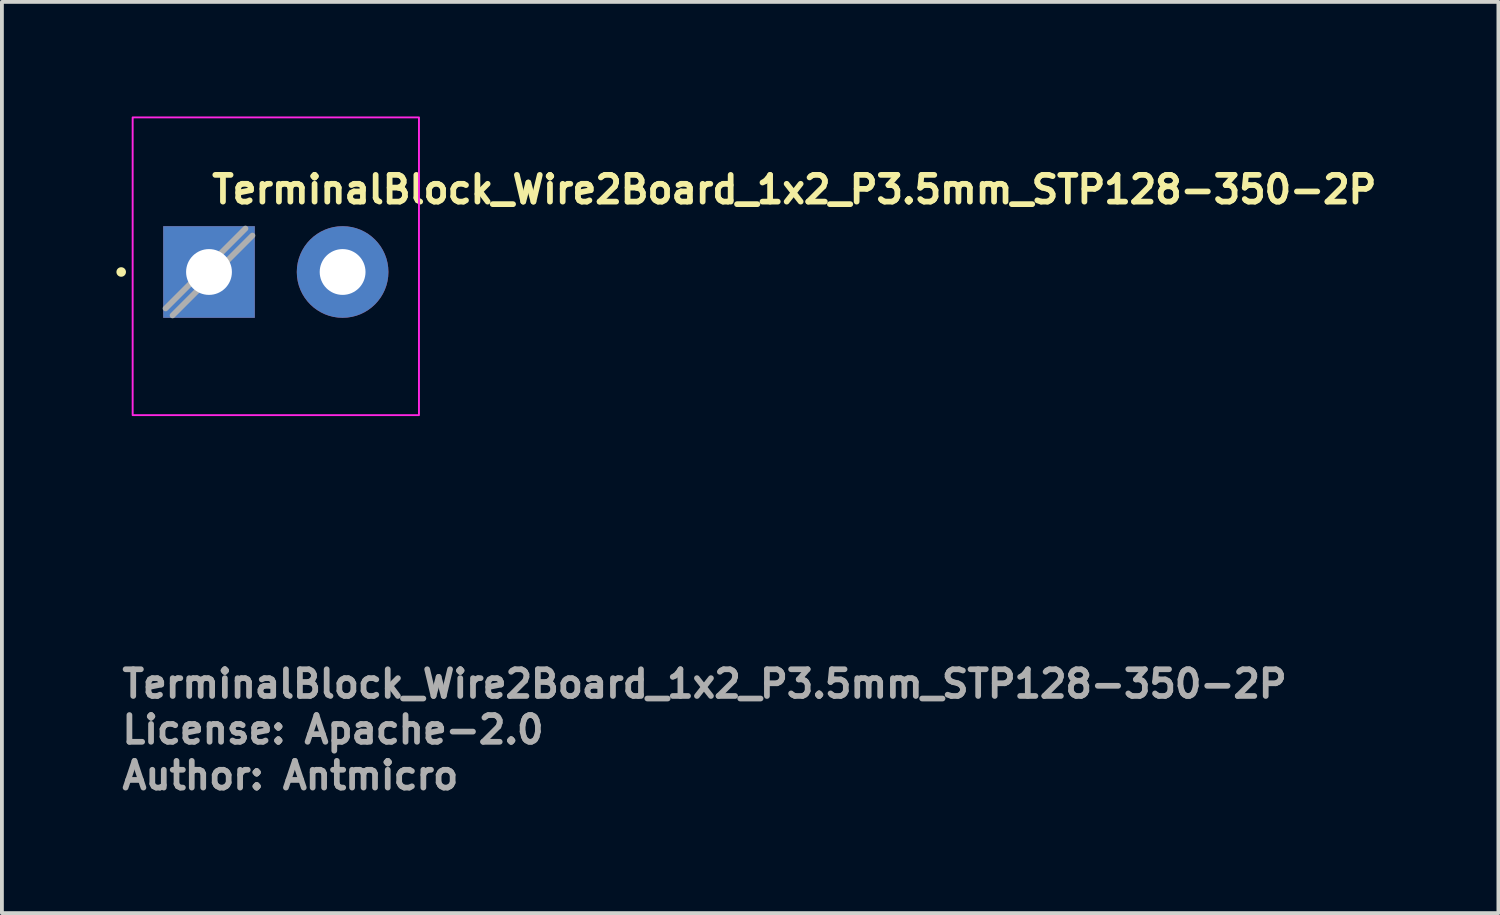
<source format=kicad_pcb>
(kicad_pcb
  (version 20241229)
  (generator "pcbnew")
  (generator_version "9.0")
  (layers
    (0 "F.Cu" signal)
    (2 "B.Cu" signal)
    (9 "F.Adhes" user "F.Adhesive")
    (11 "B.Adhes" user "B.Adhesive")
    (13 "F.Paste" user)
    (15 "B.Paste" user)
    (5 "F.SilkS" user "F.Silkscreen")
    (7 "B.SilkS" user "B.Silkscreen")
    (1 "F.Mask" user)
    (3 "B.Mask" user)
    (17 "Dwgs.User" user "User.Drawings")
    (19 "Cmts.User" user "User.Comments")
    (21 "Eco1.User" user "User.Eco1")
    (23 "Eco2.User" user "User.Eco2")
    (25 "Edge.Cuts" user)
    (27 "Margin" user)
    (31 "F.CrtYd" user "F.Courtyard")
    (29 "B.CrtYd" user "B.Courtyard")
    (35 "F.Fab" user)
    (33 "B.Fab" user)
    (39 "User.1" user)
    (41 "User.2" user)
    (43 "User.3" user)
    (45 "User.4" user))
  (footprint "TerminalBlock_Wire2Board_1x2_P3.5mm_STP128-350-2P"
    (layer "F.Cu")
    (at 2.425 4.075)
    (property "Reference" "TerminalBlock_Wire2Board_1x2_P3.5mm_STP128-350-2P" (at 0 -1.75 0) (layer "F.SilkS") (effects (font (size 0.7 0.7) (thickness 0.15)) (justify left bottom)))
    (attr through_hole)
    (fp_circle (center -2.3 0) (end -2.25 0) (stroke (width 0.15) (type solid)) (fill yes) (layer "F.SilkS"))
    (fp_rect (start -2 -4.05) (end 5.5 3.75) (stroke (width 0.05) (type solid)) (fill no) (layer "F.CrtYd"))
    (fp_line (start 0.955 -1.138) (end -1.138 0.955) (stroke (width 0.15) (type solid)) (layer "F.Fab"))
    (fp_line (start 1.138 -0.955) (end -0.955 1.138) (stroke (width 0.15) (type solid)) (layer "F.Fab"))
    (fp_rect (start -1.75 -3.8) (end 5.25 3.5) (stroke (width 0.1) (type solid)) (fill no) (layer "User.5"))
    (fp_line (start -1.75 -3.8) (end -1.75 -2.86) (stroke (width 0.02) (type solid)) (layer "User.9"))
    (fp_line (start -1.75 -3.8) (end -1.3 -3.8) (stroke (width 0.02) (type solid)) (layer "User.9"))
    (fp_line (start -1.75 -2.86) (end -1.75 -1.998) (stroke (width 0.02) (type solid)) (layer "User.9"))
    (fp_line (start -1.75 -2.86) (end 5.25 -2.86) (stroke (width 0.02) (type solid)) (layer "User.9"))
    (fp_line (start -1.75 -1.998) (end -1.75 -1.991) (stroke (width 0.02) (type solid)) (layer "User.9"))
    (fp_line (start -1.75 -1.998) (end 5.25 -1.998) (stroke (width 0.02) (type solid)) (layer "User.9"))
    (fp_line (start -1.75 -1.991) (end -1.75 -1.983) (stroke (width 0.02) (type solid)) (layer "User.9"))
    (fp_line (start -1.75 -1.983) (end -1.75 -1.974) (stroke (width 0.02) (type solid)) (layer "User.9"))
    (fp_line (start -1.75 -1.974) (end -1.75 -1.963) (stroke (width 0.02) (type solid)) (layer "User.9"))
    (fp_line (start -1.75 -1.963) (end -1.75 -1.951) (stroke (width 0.02) (type solid)) (layer "User.9"))
    (fp_line (start -1.75 -1.951) (end -1.75 -1.939) (stroke (width 0.02) (type solid)) (layer "User.9"))
    (fp_line (start -1.75 -1.939) (end -1.75 -1.925) (stroke (width 0.02) (type solid)) (layer "User.9"))
    (fp_line (start -1.75 -1.925) (end -1.75 -1.91) (stroke (width 0.02) (type solid)) (layer "User.9"))
    (fp_line (start -1.75 -1.91) (end -1.75 -1.895) (stroke (width 0.02) (type solid)) (layer "User.9"))
    (fp_line (start -1.75 -1.895) (end -1.75 -1.878) (stroke (width 0.02) (type solid)) (layer "User.9"))
    (fp_line (start -1.75 -1.878) (end -1.75 -1.862) (stroke (width 0.02) (type solid)) (layer "User.9"))
    (fp_line (start -1.75 -1.862) (end -1.75 -1.845) (stroke (width 0.02) (type solid)) (layer "User.9"))
    (fp_line (start -1.75 -1.845) (end -1.75 -1.827) (stroke (width 0.02) (type solid)) (layer "User.9"))
    (fp_line (start -1.75 -1.827) (end -1.75 -1.81) (stroke (width 0.02) (type solid)) (layer "User.9"))
    (fp_line (start -1.75 -1.81) (end -1.75 1.91) (stroke (width 0.02) (type solid)) (layer "User.9"))
    (fp_line (start -1.75 -1.81) (end 5.25 -1.81) (stroke (width 0.02) (type solid)) (layer "User.9"))
    (fp_line (start -1.75 1.91) (end -1.75 1.927) (stroke (width 0.02) (type solid)) (layer "User.9"))
    (fp_line (start -1.75 1.91) (end 5.25 1.91) (stroke (width 0.02) (type solid)) (layer "User.9"))
    (fp_line (start -1.75 1.927) (end -1.75 1.945) (stroke (width 0.02) (type solid)) (layer "User.9"))
    (fp_line (start -1.75 1.945) (end -1.75 1.962) (stroke (width 0.02) (type solid)) (layer "User.9"))
    (fp_line (start -1.75 1.962) (end -1.75 1.978) (stroke (width 0.02) (type solid)) (layer "User.9"))
    (fp_line (start -1.75 1.978) (end -1.75 1.995) (stroke (width 0.02) (type solid)) (layer "User.9"))
    (fp_line (start -1.75 1.995) (end -1.75 2.01) (stroke (width 0.02) (type solid)) (layer "User.9"))
    (fp_line (start -1.75 2.01) (end -1.75 2.025) (stroke (width 0.02) (type solid)) (layer "User.9"))
    (fp_line (start -1.75 2.025) (end -1.75 2.039) (stroke (width 0.02) (type solid)) (layer "User.9"))
    (fp_line (start -1.75 2.039) (end -1.75 2.051) (stroke (width 0.02) (type solid)) (layer "User.9"))
    (fp_line (start -1.75 2.051) (end -1.75 2.063) (stroke (width 0.02) (type solid)) (layer "User.9"))
    (fp_line (start -1.75 2.063) (end -1.75 2.074) (stroke (width 0.02) (type solid)) (layer "User.9"))
    (fp_line (start -1.75 2.074) (end -1.75 2.083) (stroke (width 0.02) (type solid)) (layer "User.9"))
    (fp_line (start -1.75 2.083) (end -1.75 2.091) (stroke (width 0.02) (type solid)) (layer "User.9"))
    (fp_line (start -1.75 2.091) (end -1.75 2.098) (stroke (width 0.02) (type solid)) (layer "User.9"))
    (fp_line (start -1.75 2.098) (end -1.75 3.324) (stroke (width 0.02) (type solid)) (layer "User.9"))
    (fp_line (start -1.75 2.098) (end 5.25 2.098) (stroke (width 0.02) (type solid)) (layer "User.9"))
    (fp_line (start -1.75 3.324) (end -1.75 3.5) (stroke (width 0.02) (type solid)) (layer "User.9"))
    (fp_line (start -1.75 3.324) (end 5.25 3.324) (stroke (width 0.02) (type solid)) (layer "User.9"))
    (fp_line (start -1.75 3.5) (end 5.25 3.5) (stroke (width 0.02) (type solid)) (layer "User.9"))
    (fp_line (start -1.449 -0.003) (end -1.449 0.103) (stroke (width 0.02) (type solid)) (layer "User.9"))
    (fp_line (start -1.449 0.103) (end -1.441 0.209) (stroke (width 0.02) (type solid)) (layer "User.9"))
    (fp_line (start -1.441 -0.109) (end -1.449 -0.003) (stroke (width 0.02) (type solid)) (layer "User.9"))
    (fp_line (start -1.441 0.209) (end -1.426 0.313) (stroke (width 0.02) (type solid)) (layer "User.9"))
    (fp_line (start -1.426 -0.213) (end -1.441 -0.109) (stroke (width 0.02) (type solid)) (layer "User.9"))
    (fp_line (start -1.426 0.313) (end -1.403 0.417) (stroke (width 0.02) (type solid)) (layer "User.9"))
    (fp_line (start -1.403 -0.317) (end -1.426 -0.213) (stroke (width 0.02) (type solid)) (layer "User.9"))
    (fp_line (start -1.403 0.417) (end -1.372 0.518) (stroke (width 0.02) (type solid)) (layer "User.9"))
    (fp_line (start -1.4 0.05) (end -1.396 0.155) (stroke (width 0.02) (type solid)) (layer "User.9"))
    (fp_line (start -1.4 0.05) (end -1.396 0.155) (stroke (width 0.02) (type solid)) (layer "User.9"))
    (fp_line (start -1.396 -0.055) (end -1.4 0.05) (stroke (width 0.02) (type solid)) (layer "User.9"))
    (fp_line (start -1.396 -0.055) (end -1.4 0.05) (stroke (width 0.02) (type solid)) (layer "User.9"))
    (fp_line (start -1.396 0.155) (end -1.384 0.26) (stroke (width 0.02) (type solid)) (layer "User.9"))
    (fp_line (start -1.396 0.155) (end -1.384 0.26) (stroke (width 0.02) (type solid)) (layer "User.9"))
    (fp_line (start -1.384 -0.16) (end -1.396 -0.055) (stroke (width 0.02) (type solid)) (layer "User.9"))
    (fp_line (start -1.384 -0.16) (end -1.396 -0.055) (stroke (width 0.02) (type solid)) (layer "User.9"))
    (fp_line (start -1.384 0.26) (end -1.364 0.363) (stroke (width 0.02) (type solid)) (layer "User.9"))
    (fp_line (start -1.384 0.26) (end -1.364 0.363) (stroke (width 0.02) (type solid)) (layer "User.9"))
    (fp_line (start -1.372 -0.418) (end -1.403 -0.317) (stroke (width 0.02) (type solid)) (layer "User.9"))
    (fp_line (start -1.372 0.518) (end -1.335 0.617) (stroke (width 0.02) (type solid)) (layer "User.9"))
    (fp_line (start -1.364 -0.263) (end -1.384 -0.16) (stroke (width 0.02) (type solid)) (layer "User.9"))
    (fp_line (start -1.364 -0.263) (end -1.384 -0.16) (stroke (width 0.02) (type solid)) (layer "User.9"))
    (fp_line (start -1.364 0.363) (end -1.337 0.465) (stroke (width 0.02) (type solid)) (layer "User.9"))
    (fp_line (start -1.364 0.363) (end -1.337 0.465) (stroke (width 0.02) (type solid)) (layer "User.9"))
    (fp_line (start -1.337 -0.365) (end -1.364 -0.263) (stroke (width 0.02) (type solid)) (layer "User.9"))
    (fp_line (start -1.337 -0.365) (end -1.364 -0.263) (stroke (width 0.02) (type solid)) (layer "User.9"))
    (fp_line (start -1.337 0.465) (end -1.302 0.565) (stroke (width 0.02) (type solid)) (layer "User.9"))
    (fp_line (start -1.337 0.465) (end -1.302 0.565) (stroke (width 0.02) (type solid)) (layer "User.9"))
    (fp_line (start -1.335 -0.517) (end -1.372 -0.418) (stroke (width 0.02) (type solid)) (layer "User.9"))
    (fp_line (start -1.335 0.617) (end -1.29 0.713) (stroke (width 0.02) (type solid)) (layer "User.9"))
    (fp_line (start -1.302 -0.465) (end -1.337 -0.365) (stroke (width 0.02) (type solid)) (layer "User.9"))
    (fp_line (start -1.302 -0.465) (end -1.337 -0.365) (stroke (width 0.02) (type solid)) (layer "User.9"))
    (fp_line (start -1.302 0.565) (end -1.26 0.661) (stroke (width 0.02) (type solid)) (layer "User.9"))
    (fp_line (start -1.302 0.565) (end -1.26 0.661) (stroke (width 0.02) (type solid)) (layer "User.9"))
    (fp_line (start -1.3 -3.8) (end -1.3 -3.55) (stroke (width 0.02) (type solid)) (layer "User.9"))
    (fp_line (start -1.3 -3.8) (end -1.25 -3.8) (stroke (width 0.02) (type solid)) (layer "User.9"))
    (fp_line (start -1.3 -3.55) (end -1.25 -3.55) (stroke (width 0.02) (type solid)) (layer "User.9"))
    (fp_line (start -1.29 -0.613) (end -1.335 -0.517) (stroke (width 0.02) (type solid)) (layer "User.9"))
    (fp_line (start -1.29 0.713) (end -1.238 0.805) (stroke (width 0.02) (type solid)) (layer "User.9"))
    (fp_line (start -1.26 -0.561) (end -1.302 -0.465) (stroke (width 0.02) (type solid)) (layer "User.9"))
    (fp_line (start -1.26 -0.561) (end -1.302 -0.465) (stroke (width 0.02) (type solid)) (layer "User.9"))
    (fp_line (start -1.26 0.661) (end -1.21 0.754) (stroke (width 0.02) (type solid)) (layer "User.9"))
    (fp_line (start -1.26 0.661) (end -1.21 0.754) (stroke (width 0.02) (type solid)) (layer "User.9"))
    (fp_line (start -1.25 -3.8) (end -1.25 -3.55) (stroke (width 0.02) (type solid)) (layer "User.9"))
    (fp_line (start -1.25 0.05) (end -1.246 0.148) (stroke (width 0.02) (type solid)) (layer "User.9"))
    (fp_line (start -1.246 -0.048) (end -1.25 0.05) (stroke (width 0.02) (type solid)) (layer "User.9"))
    (fp_line (start -1.246 0.148) (end -1.235 0.245) (stroke (width 0.02) (type solid)) (layer "User.9"))
    (fp_line (start -1.238 -0.705) (end -1.29 -0.613) (stroke (width 0.02) (type solid)) (layer "User.9"))
    (fp_line (start -1.238 0.805) (end -1.179 0.894) (stroke (width 0.02) (type solid)) (layer "User.9"))
    (fp_line (start -1.235 -0.145) (end -1.246 -0.048) (stroke (width 0.02) (type solid)) (layer "User.9"))
    (fp_line (start -1.235 0.245) (end -1.216 0.34) (stroke (width 0.02) (type solid)) (layer "User.9"))
    (fp_line (start -1.216 -0.24) (end -1.235 -0.145) (stroke (width 0.02) (type solid)) (layer "User.9"))
    (fp_line (start -1.216 0.34) (end -1.189 0.434) (stroke (width 0.02) (type solid)) (layer "User.9"))
    (fp_line (start -1.21 -0.654) (end -1.26 -0.561) (stroke (width 0.02) (type solid)) (layer "User.9"))
    (fp_line (start -1.21 -0.654) (end -1.26 -0.561) (stroke (width 0.02) (type solid)) (layer "User.9"))
    (fp_line (start -1.21 0.754) (end -1.154 0.843) (stroke (width 0.02) (type solid)) (layer "User.9"))
    (fp_line (start -1.21 0.754) (end -1.154 0.843) (stroke (width 0.02) (type solid)) (layer "User.9"))
    (fp_line (start -1.189 -0.334) (end -1.216 -0.24) (stroke (width 0.02) (type solid)) (layer "User.9"))
    (fp_line (start -1.189 0.434) (end -1.156 0.526) (stroke (width 0.02) (type solid)) (layer "User.9"))
    (fp_line (start -1.179 -0.794) (end -1.238 -0.705) (stroke (width 0.02) (type solid)) (layer "User.9"))
    (fp_line (start -1.179 0.894) (end -1.115 0.978) (stroke (width 0.02) (type solid)) (layer "User.9"))
    (fp_line (start -1.156 -0.426) (end -1.189 -0.334) (stroke (width 0.02) (type solid)) (layer "User.9"))
    (fp_line (start -1.156 0.526) (end -1.115 0.615) (stroke (width 0.02) (type solid)) (layer "User.9"))
    (fp_line (start -1.154 -0.743) (end -1.21 -0.654) (stroke (width 0.02) (type solid)) (layer "User.9"))
    (fp_line (start -1.154 -0.743) (end -1.21 -0.654) (stroke (width 0.02) (type solid)) (layer "User.9"))
    (fp_line (start -1.154 0.843) (end -1.091 0.927) (stroke (width 0.02) (type solid)) (layer "User.9"))
    (fp_line (start -1.154 0.843) (end -1.091 0.927) (stroke (width 0.02) (type solid)) (layer "User.9"))
    (fp_line (start -1.115 -0.878) (end -1.179 -0.794) (stroke (width 0.02) (type solid)) (layer "User.9"))
    (fp_line (start -1.115 -0.515) (end -1.156 -0.426) (stroke (width 0.02) (type solid)) (layer "User.9"))
    (fp_line (start -1.115 0.615) (end -1.068 0.7) (stroke (width 0.02) (type solid)) (layer "User.9"))
    (fp_line (start -1.115 0.978) (end -1.044 1.056) (stroke (width 0.02) (type solid)) (layer "User.9"))
    (fp_line (start -1.091 -0.827) (end -1.154 -0.743) (stroke (width 0.02) (type solid)) (layer "User.9"))
    (fp_line (start -1.091 -0.827) (end -1.154 -0.743) (stroke (width 0.02) (type solid)) (layer "User.9"))
    (fp_line (start -1.091 0.927) (end -1.022 1.007) (stroke (width 0.02) (type solid)) (layer "User.9"))
    (fp_line (start -1.091 0.927) (end -1.022 1.007) (stroke (width 0.02) (type solid)) (layer "User.9"))
    (fp_line (start -1.068 -0.6) (end -1.115 -0.515) (stroke (width 0.02) (type solid)) (layer "User.9"))
    (fp_line (start -1.068 0.7) (end -1.014 0.782) (stroke (width 0.02) (type solid)) (layer "User.9"))
    (fp_line (start -1.044 -0.956) (end -1.115 -0.878) (stroke (width 0.02) (type solid)) (layer "User.9"))
    (fp_line (start -1.044 1.056) (end -0.968 1.13) (stroke (width 0.02) (type solid)) (layer "User.9"))
    (fp_line (start -1.022 -0.907) (end -1.091 -0.827) (stroke (width 0.02) (type solid)) (layer "User.9"))
    (fp_line (start -1.022 -0.907) (end -1.091 -0.827) (stroke (width 0.02) (type solid)) (layer "User.9"))
    (fp_line (start -1.022 1.007) (end -0.947 1.081) (stroke (width 0.02) (type solid)) (layer "User.9"))
    (fp_line (start -1.022 1.007) (end -0.947 1.081) (stroke (width 0.02) (type solid)) (layer "User.9"))
    (fp_line (start -1.014 -0.682) (end -1.068 -0.6) (stroke (width 0.02) (type solid)) (layer "User.9"))
    (fp_line (start -1.014 0.782) (end -0.953 0.858) (stroke (width 0.02) (type solid)) (layer "User.9"))
    (fp_line (start -0.968 -1.03) (end -1.044 -0.956) (stroke (width 0.02) (type solid)) (layer "User.9"))
    (fp_line (start -0.968 1.13) (end -0.886 1.198) (stroke (width 0.02) (type solid)) (layer "User.9"))
    (fp_line (start -0.953 -0.758) (end -1.014 -0.682) (stroke (width 0.02) (type solid)) (layer "User.9"))
    (fp_line (start -0.953 0.858) (end -0.887 0.93) (stroke (width 0.02) (type solid)) (layer "User.9"))
    (fp_line (start -0.947 -0.981) (end -1.022 -0.907) (stroke (width 0.02) (type solid)) (layer "User.9"))
    (fp_line (start -0.947 -0.981) (end -1.022 -0.907) (stroke (width 0.02) (type solid)) (layer "User.9"))
    (fp_line (start -0.947 1.081) (end -0.867 1.149) (stroke (width 0.02) (type solid)) (layer "User.9"))
    (fp_line (start -0.947 1.081) (end -0.867 1.149) (stroke (width 0.02) (type solid)) (layer "User.9"))
    (fp_line (start -0.887 -0.83) (end -0.953 -0.758) (stroke (width 0.02) (type solid)) (layer "User.9"))
    (fp_line (start -0.887 0.93) (end -0.816 0.997) (stroke (width 0.02) (type solid)) (layer "User.9"))
    (fp_line (start -0.886 -1.098) (end -0.968 -1.03) (stroke (width 0.02) (type solid)) (layer "User.9"))
    (fp_line (start -0.886 1.198) (end -0.8 1.259) (stroke (width 0.02) (type solid)) (layer "User.9"))
    (fp_line (start -0.867 -1.049) (end -0.947 -0.981) (stroke (width 0.02) (type solid)) (layer "User.9"))
    (fp_line (start -0.867 -1.049) (end -0.947 -0.981) (stroke (width 0.02) (type solid)) (layer "User.9"))
    (fp_line (start -0.867 1.149) (end -0.782 1.212) (stroke (width 0.02) (type solid)) (layer "User.9"))
    (fp_line (start -0.867 1.149) (end -0.782 1.212) (stroke (width 0.02) (type solid)) (layer "User.9"))
    (fp_line (start -0.816 -0.897) (end -0.887 -0.83) (stroke (width 0.02) (type solid)) (layer "User.9"))
    (fp_line (start -0.816 0.997) (end -0.74 1.058) (stroke (width 0.02) (type solid)) (layer "User.9"))
    (fp_line (start -0.8 -1.159) (end -0.886 -1.098) (stroke (width 0.02) (type solid)) (layer "User.9"))
    (fp_line (start -0.8 1.259) (end -0.71 1.314) (stroke (width 0.02) (type solid)) (layer "User.9"))
    (fp_line (start -0.782 -1.112) (end -0.867 -1.049) (stroke (width 0.02) (type solid)) (layer "User.9"))
    (fp_line (start -0.782 -1.112) (end -0.867 -1.049) (stroke (width 0.02) (type solid)) (layer "User.9"))
    (fp_line (start -0.782 1.212) (end -0.692 1.267) (stroke (width 0.02) (type solid)) (layer "User.9"))
    (fp_line (start -0.782 1.212) (end -0.692 1.267) (stroke (width 0.02) (type solid)) (layer "User.9"))
    (fp_line (start -0.74 -0.958) (end -0.816 -0.897) (stroke (width 0.02) (type solid)) (layer "User.9"))
    (fp_line (start -0.74 1.058) (end -0.659 1.112) (stroke (width 0.02) (type solid)) (layer "User.9"))
    (fp_line (start -0.71 -1.214) (end -0.8 -1.159) (stroke (width 0.02) (type solid)) (layer "User.9"))
    (fp_line (start -0.71 1.314) (end -0.615 1.363) (stroke (width 0.02) (type solid)) (layer "User.9"))
    (fp_line (start -0.692 -1.167) (end -0.782 -1.112) (stroke (width 0.02) (type solid)) (layer "User.9"))
    (fp_line (start -0.692 -1.167) (end -0.782 -1.112) (stroke (width 0.02) (type solid)) (layer "User.9"))
    (fp_line (start -0.692 1.267) (end -0.599 1.316) (stroke (width 0.02) (type solid)) (layer "User.9"))
    (fp_line (start -0.692 1.267) (end -0.599 1.316) (stroke (width 0.02) (type solid)) (layer "User.9"))
    (fp_line (start -0.659 -1.012) (end -0.74 -0.958) (stroke (width 0.02) (type solid)) (layer "User.9"))
    (fp_line (start -0.659 1.112) (end -0.574 1.161) (stroke (width 0.02) (type solid)) (layer "User.9"))
    (fp_line (start -0.615 -1.263) (end -0.71 -1.214) (stroke (width 0.02) (type solid)) (layer "User.9"))
    (fp_line (start -0.615 1.363) (end -0.518 1.404) (stroke (width 0.02) (type solid)) (layer "User.9"))
    (fp_line (start -0.599 -1.216) (end -0.692 -1.167) (stroke (width 0.02) (type solid)) (layer "User.9"))
    (fp_line (start -0.599 -1.216) (end -0.692 -1.167) (stroke (width 0.02) (type solid)) (layer "User.9"))
    (fp_line (start -0.599 1.316) (end -0.502 1.357) (stroke (width 0.02) (type solid)) (layer "User.9"))
    (fp_line (start -0.599 1.316) (end -0.502 1.357) (stroke (width 0.02) (type solid)) (layer "User.9"))
    (fp_line (start -0.574 -1.061) (end -0.659 -1.012) (stroke (width 0.02) (type solid)) (layer "User.9"))
    (fp_line (start -0.574 1.161) (end -0.485 1.202) (stroke (width 0.02) (type solid)) (layer "User.9"))
    (fp_line (start -0.518 -1.304) (end -0.615 -1.263) (stroke (width 0.02) (type solid)) (layer "User.9"))
    (fp_line (start -0.518 1.404) (end -0.418 1.439) (stroke (width 0.02) (type solid)) (layer "User.9"))
    (fp_line (start -0.502 -1.257) (end -0.599 -1.216) (stroke (width 0.02) (type solid)) (layer "User.9"))
    (fp_line (start -0.502 -1.257) (end -0.599 -1.216) (stroke (width 0.02) (type solid)) (layer "User.9"))
    (fp_line (start -0.502 1.357) (end -0.402 1.391) (stroke (width 0.02) (type solid)) (layer "User.9"))
    (fp_line (start -0.502 1.357) (end -0.402 1.391) (stroke (width 0.02) (type solid)) (layer "User.9"))
    (fp_line (start -0.5 -3.55) (end -0.45 -3.55) (stroke (width 0.02) (type solid)) (layer "User.9"))
    (fp_line (start -0.5 -2.864) (end -0.5 -3.55) (stroke (width 0.02) (type solid)) (layer "User.9"))
    (fp_line (start -0.485 -1.102) (end -0.574 -1.061) (stroke (width 0.02) (type solid)) (layer "User.9"))
    (fp_line (start -0.485 1.202) (end -0.394 1.236) (stroke (width 0.02) (type solid)) (layer "User.9"))
    (fp_line (start -0.45 -3.8) (end -1.25 -3.8) (stroke (width 0.02) (type solid)) (layer "User.9"))
    (fp_line (start -0.45 -3.8) (end 1.3 -3.8) (stroke (width 0.02) (type solid)) (layer "User.9"))
    (fp_line (start -0.45 -3.55) (end -0.45 -3.8) (stroke (width 0.02) (type solid)) (layer "User.9"))
    (fp_line (start -0.418 -1.339) (end -0.518 -1.304) (stroke (width 0.02) (type solid)) (layer "User.9"))
    (fp_line (start -0.418 1.439) (end -0.315 1.465) (stroke (width 0.02) (type solid)) (layer "User.9"))
    (fp_line (start -0.402 -1.291) (end -0.502 -1.257) (stroke (width 0.02) (type solid)) (layer "User.9"))
    (fp_line (start -0.402 -1.291) (end -0.502 -1.257) (stroke (width 0.02) (type solid)) (layer "User.9"))
    (fp_line (start -0.402 1.391) (end -0.3 1.417) (stroke (width 0.02) (type solid)) (layer "User.9"))
    (fp_line (start -0.402 1.391) (end -0.3 1.417) (stroke (width 0.02) (type solid)) (layer "User.9"))
    (fp_line (start -0.394 -1.136) (end -0.485 -1.102) (stroke (width 0.02) (type solid)) (layer "User.9"))
    (fp_line (start -0.394 1.236) (end -0.3 1.263) (stroke (width 0.02) (type solid)) (layer "User.9"))
    (fp_line (start -0.315 -1.365) (end -0.418 -1.339) (stroke (width 0.02) (type solid)) (layer "User.9"))
    (fp_line (start -0.315 1.465) (end -0.211 1.485) (stroke (width 0.02) (type solid)) (layer "User.9"))
    (fp_line (start -0.3 -1.317) (end -0.402 -1.291) (stroke (width 0.02) (type solid)) (layer "User.9"))
    (fp_line (start -0.3 -1.317) (end -0.402 -1.291) (stroke (width 0.02) (type solid)) (layer "User.9"))
    (fp_line (start -0.3 -1.315) (end -0.3 -1.317) (stroke (width 0.02) (type solid)) (layer "User.9"))
    (fp_line (start -0.3 -1.306) (end -0.3 -1.315) (stroke (width 0.02) (type solid)) (layer "User.9"))
    (fp_line (start -0.3 -1.292) (end -0.3 -1.306) (stroke (width 0.02) (type solid)) (layer "User.9"))
    (fp_line (start -0.3 -1.273) (end -0.3 -1.292) (stroke (width 0.02) (type solid)) (layer "User.9"))
    (fp_line (start -0.3 -1.25) (end -0.3 -1.273) (stroke (width 0.02) (type solid)) (layer "User.9"))
    (fp_line (start -0.3 -1.223) (end -0.3 -1.25) (stroke (width 0.02) (type solid)) (layer "User.9"))
    (fp_line (start -0.3 -1.163) (end -0.394 -1.136) (stroke (width 0.02) (type solid)) (layer "User.9"))
    (fp_line (start -0.3 -1.163) (end -0.3 -1.223) (stroke (width 0.02) (type solid)) (layer "User.9"))
    (fp_line (start -0.3 1.263) (end -0.3 -1.163) (stroke (width 0.02) (type solid)) (layer "User.9"))
    (fp_line (start -0.3 1.323) (end -0.3 1.263) (stroke (width 0.02) (type solid)) (layer "User.9"))
    (fp_line (start -0.3 1.35) (end -0.3 1.323) (stroke (width 0.02) (type solid)) (layer "User.9"))
    (fp_line (start -0.3 1.373) (end -0.3 1.35) (stroke (width 0.02) (type solid)) (layer "User.9"))
    (fp_line (start -0.3 1.392) (end -0.3 1.373) (stroke (width 0.02) (type solid)) (layer "User.9"))
    (fp_line (start -0.3 1.406) (end -0.3 1.392) (stroke (width 0.02) (type solid)) (layer "User.9"))
    (fp_line (start -0.3 1.415) (end -0.3 1.406) (stroke (width 0.02) (type solid)) (layer "User.9"))
    (fp_line (start -0.3 1.417) (end -0.3 1.415) (stroke (width 0.02) (type solid)) (layer "User.9"))
    (fp_line (start -0.3 1.417) (end -0.201 1.436) (stroke (width 0.02) (type solid)) (layer "User.9"))
    (fp_line (start -0.211 -1.385) (end -0.315 -1.365) (stroke (width 0.02) (type solid)) (layer "User.9"))
    (fp_line (start -0.211 1.485) (end -0.106 1.496) (stroke (width 0.02) (type solid)) (layer "User.9"))
    (fp_line (start -0.201 -1.336) (end -0.3 -1.317) (stroke (width 0.02) (type solid)) (layer "User.9"))
    (fp_line (start -0.201 1.436) (end -0.101 1.446) (stroke (width 0.02) (type solid)) (layer "User.9"))
    (fp_line (start -0.106 -1.396) (end -0.211 -1.385) (stroke (width 0.02) (type solid)) (layer "User.9"))
    (fp_line (start -0.106 1.496) (end 0 1.5) (stroke (width 0.02) (type solid)) (layer "User.9"))
    (fp_line (start -0.101 -1.346) (end -0.201 -1.336) (stroke (width 0.02) (type solid)) (layer "User.9"))
    (fp_line (start -0.101 1.446) (end 0 1.45) (stroke (width 0.02) (type solid)) (layer "User.9"))
    (fp_line (start 0 -1.4) (end -0.106 -1.396) (stroke (width 0.02) (type solid)) (layer "User.9"))
    (fp_line (start 0 -1.35) (end -0.101 -1.346) (stroke (width 0.02) (type solid)) (layer "User.9"))
    (fp_line (start 0 1.45) (end 0.101 1.446) (stroke (width 0.02) (type solid)) (layer "User.9"))
    (fp_line (start 0 1.5) (end 0.106 1.496) (stroke (width 0.02) (type solid)) (layer "User.9"))
    (fp_line (start 0.101 -1.346) (end 0 -1.35) (stroke (width 0.02) (type solid)) (layer "User.9"))
    (fp_line (start 0.101 1.446) (end 0.201 1.436) (stroke (width 0.02) (type solid)) (layer "User.9"))
    (fp_line (start 0.106 -1.396) (end 0 -1.4) (stroke (width 0.02) (type solid)) (layer "User.9"))
    (fp_line (start 0.106 1.496) (end 0.211 1.485) (stroke (width 0.02) (type solid)) (layer "User.9"))
    (fp_line (start 0.201 -1.336) (end 0.101 -1.346) (stroke (width 0.02) (type solid)) (layer "User.9"))
    (fp_line (start 0.201 1.436) (end 0.3 1.417) (stroke (width 0.02) (type solid)) (layer "User.9"))
    (fp_line (start 0.211 -1.385) (end 0.106 -1.396) (stroke (width 0.02) (type solid)) (layer "User.9"))
    (fp_line (start 0.211 1.485) (end 0.315 1.465) (stroke (width 0.02) (type solid)) (layer "User.9"))
    (fp_line (start 0.3 -1.317) (end 0.201 -1.336) (stroke (width 0.02) (type solid)) (layer "User.9"))
    (fp_line (start 0.3 -1.317) (end 0.3 -1.315) (stroke (width 0.02) (type solid)) (layer "User.9"))
    (fp_line (start 0.3 -1.315) (end 0.3 -1.306) (stroke (width 0.02) (type solid)) (layer "User.9"))
    (fp_line (start 0.3 -1.306) (end 0.3 -1.292) (stroke (width 0.02) (type solid)) (layer "User.9"))
    (fp_line (start 0.3 -1.292) (end 0.3 -1.273) (stroke (width 0.02) (type solid)) (layer "User.9"))
    (fp_line (start 0.3 -1.273) (end 0.3 -1.25) (stroke (width 0.02) (type solid)) (layer "User.9"))
    (fp_line (start 0.3 -1.25) (end 0.3 -1.223) (stroke (width 0.02) (type solid)) (layer "User.9"))
    (fp_line (start 0.3 -1.223) (end 0.3 -1.163) (stroke (width 0.02) (type solid)) (layer "User.9"))
    (fp_line (start 0.3 1.263) (end 0.3 -1.163) (stroke (width 0.02) (type solid)) (layer "User.9"))
    (fp_line (start 0.3 1.263) (end 0.3 1.323) (stroke (width 0.02) (type solid)) (layer "User.9"))
    (fp_line (start 0.3 1.263) (end 0.394 1.236) (stroke (width 0.02) (type solid)) (layer "User.9"))
    (fp_line (start 0.3 1.323) (end 0.3 1.35) (stroke (width 0.02) (type solid)) (layer "User.9"))
    (fp_line (start 0.3 1.35) (end 0.3 1.373) (stroke (width 0.02) (type solid)) (layer "User.9"))
    (fp_line (start 0.3 1.373) (end 0.3 1.392) (stroke (width 0.02) (type solid)) (layer "User.9"))
    (fp_line (start 0.3 1.392) (end 0.3 1.406) (stroke (width 0.02) (type solid)) (layer "User.9"))
    (fp_line (start 0.3 1.406) (end 0.3 1.415) (stroke (width 0.02) (type solid)) (layer "User.9"))
    (fp_line (start 0.3 1.415) (end 0.3 1.417) (stroke (width 0.02) (type solid)) (layer "User.9"))
    (fp_line (start 0.3 1.417) (end 0.402 1.391) (stroke (width 0.02) (type solid)) (layer "User.9"))
    (fp_line (start 0.3 1.417) (end 0.402 1.391) (stroke (width 0.02) (type solid)) (layer "User.9"))
    (fp_line (start 0.315 -1.365) (end 0.211 -1.385) (stroke (width 0.02) (type solid)) (layer "User.9"))
    (fp_line (start 0.315 1.465) (end 0.418 1.439) (stroke (width 0.02) (type solid)) (layer "User.9"))
    (fp_line (start 0.394 -1.136) (end 0.3 -1.163) (stroke (width 0.02) (type solid)) (layer "User.9"))
    (fp_line (start 0.394 1.236) (end 0.485 1.202) (stroke (width 0.02) (type solid)) (layer "User.9"))
    (fp_line (start 0.402 -1.291) (end 0.3 -1.317) (stroke (width 0.02) (type solid)) (layer "User.9"))
    (fp_line (start 0.402 -1.291) (end 0.3 -1.317) (stroke (width 0.02) (type solid)) (layer "User.9"))
    (fp_line (start 0.402 1.391) (end 0.502 1.357) (stroke (width 0.02) (type solid)) (layer "User.9"))
    (fp_line (start 0.402 1.391) (end 0.502 1.357) (stroke (width 0.02) (type solid)) (layer "User.9"))
    (fp_line (start 0.418 -1.339) (end 0.315 -1.365) (stroke (width 0.02) (type solid)) (layer "User.9"))
    (fp_line (start 0.418 1.439) (end 0.518 1.404) (stroke (width 0.02) (type solid)) (layer "User.9"))
    (fp_line (start 0.485 -1.102) (end 0.394 -1.136) (stroke (width 0.02) (type solid)) (layer "User.9"))
    (fp_line (start 0.485 1.202) (end 0.574 1.161) (stroke (width 0.02) (type solid)) (layer "User.9"))
    (fp_line (start 0.5 -3.55) (end 0.5 -2.864) (stroke (width 0.02) (type solid)) (layer "User.9"))
    (fp_line (start 0.5 -3.55) (end 1.3 -3.55) (stroke (width 0.02) (type solid)) (layer "User.9"))
    (fp_line (start 0.5 -3.1) (end -0.5 -3.1) (stroke (width 0.02) (type solid)) (layer "User.9"))
    (fp_line (start 0.5 -2.864) (end -0.5 -2.864) (stroke (width 0.02) (type solid)) (layer "User.9"))
    (fp_line (start 0.502 -1.257) (end 0.402 -1.291) (stroke (width 0.02) (type solid)) (layer "User.9"))
    (fp_line (start 0.502 -1.257) (end 0.402 -1.291) (stroke (width 0.02) (type solid)) (layer "User.9"))
    (fp_line (start 0.502 1.357) (end 0.599 1.316) (stroke (width 0.02) (type solid)) (layer "User.9"))
    (fp_line (start 0.502 1.357) (end 0.599 1.316) (stroke (width 0.02) (type solid)) (layer "User.9"))
    (fp_line (start 0.518 -1.304) (end 0.418 -1.339) (stroke (width 0.02) (type solid)) (layer "User.9"))
    (fp_line (start 0.518 1.404) (end 0.615 1.363) (stroke (width 0.02) (type solid)) (layer "User.9"))
    (fp_line (start 0.574 -1.061) (end 0.485 -1.102) (stroke (width 0.02) (type solid)) (layer "User.9"))
    (fp_line (start 0.574 1.161) (end 0.659 1.112) (stroke (width 0.02) (type solid)) (layer "User.9"))
    (fp_line (start 0.599 -1.216) (end 0.502 -1.257) (stroke (width 0.02) (type solid)) (layer "User.9"))
    (fp_line (start 0.599 -1.216) (end 0.502 -1.257) (stroke (width 0.02) (type solid)) (layer "User.9"))
    (fp_line (start 0.599 1.316) (end 0.692 1.267) (stroke (width 0.02) (type solid)) (layer "User.9"))
    (fp_line (start 0.599 1.316) (end 0.692 1.267) (stroke (width 0.02) (type solid)) (layer "User.9"))
    (fp_line (start 0.615 -1.263) (end 0.518 -1.304) (stroke (width 0.02) (type solid)) (layer "User.9"))
    (fp_line (start 0.615 1.363) (end 0.71 1.314) (stroke (width 0.02) (type solid)) (layer "User.9"))
    (fp_line (start 0.659 -1.012) (end 0.574 -1.061) (stroke (width 0.02) (type solid)) (layer "User.9"))
    (fp_line (start 0.659 1.112) (end 0.74 1.058) (stroke (width 0.02) (type solid)) (layer "User.9"))
    (fp_line (start 0.692 -1.167) (end 0.599 -1.216) (stroke (width 0.02) (type solid)) (layer "User.9"))
    (fp_line (start 0.692 -1.167) (end 0.599 -1.216) (stroke (width 0.02) (type solid)) (layer "User.9"))
    (fp_line (start 0.692 1.267) (end 0.782 1.212) (stroke (width 0.02) (type solid)) (layer "User.9"))
    (fp_line (start 0.692 1.267) (end 0.782 1.212) (stroke (width 0.02) (type solid)) (layer "User.9"))
    (fp_line (start 0.71 -1.214) (end 0.615 -1.263) (stroke (width 0.02) (type solid)) (layer "User.9"))
    (fp_line (start 0.71 1.314) (end 0.8 1.259) (stroke (width 0.02) (type solid)) (layer "User.9"))
    (fp_line (start 0.74 -0.958) (end 0.659 -1.012) (stroke (width 0.02) (type solid)) (layer "User.9"))
    (fp_line (start 0.74 1.058) (end 0.816 0.997) (stroke (width 0.02) (type solid)) (layer "User.9"))
    (fp_line (start 0.782 -1.112) (end 0.692 -1.167) (stroke (width 0.02) (type solid)) (layer "User.9"))
    (fp_line (start 0.782 -1.112) (end 0.692 -1.167) (stroke (width 0.02) (type solid)) (layer "User.9"))
    (fp_line (start 0.782 1.212) (end 0.867 1.149) (stroke (width 0.02) (type solid)) (layer "User.9"))
    (fp_line (start 0.782 1.212) (end 0.867 1.149) (stroke (width 0.02) (type solid)) (layer "User.9"))
    (fp_line (start 0.8 -1.159) (end 0.71 -1.214) (stroke (width 0.02) (type solid)) (layer "User.9"))
    (fp_line (start 0.8 1.259) (end 0.886 1.198) (stroke (width 0.02) (type solid)) (layer "User.9"))
    (fp_line (start 0.816 -0.897) (end 0.74 -0.958) (stroke (width 0.02) (type solid)) (layer "User.9"))
    (fp_line (start 0.816 0.997) (end 0.887 0.93) (stroke (width 0.02) (type solid)) (layer "User.9"))
    (fp_line (start 0.867 -1.049) (end 0.782 -1.112) (stroke (width 0.02) (type solid)) (layer "User.9"))
    (fp_line (start 0.867 -1.049) (end 0.782 -1.112) (stroke (width 0.02) (type solid)) (layer "User.9"))
    (fp_line (start 0.867 1.149) (end 0.947 1.081) (stroke (width 0.02) (type solid)) (layer "User.9"))
    (fp_line (start 0.867 1.149) (end 0.947 1.081) (stroke (width 0.02) (type solid)) (layer "User.9"))
    (fp_line (start 0.886 -1.098) (end 0.8 -1.159) (stroke (width 0.02) (type solid)) (layer "User.9"))
    (fp_line (start 0.886 1.198) (end 0.968 1.13) (stroke (width 0.02) (type solid)) (layer "User.9"))
    (fp_line (start 0.887 -0.83) (end 0.816 -0.897) (stroke (width 0.02) (type solid)) (layer "User.9"))
    (fp_line (start 0.887 0.93) (end 0.953 0.858) (stroke (width 0.02) (type solid)) (layer "User.9"))
    (fp_line (start 0.947 -0.981) (end 0.867 -1.049) (stroke (width 0.02) (type solid)) (layer "User.9"))
    (fp_line (start 0.947 -0.981) (end 0.867 -1.049) (stroke (width 0.02) (type solid)) (layer "User.9"))
    (fp_line (start 0.947 1.081) (end 1.022 1.007) (stroke (width 0.02) (type solid)) (layer "User.9"))
    (fp_line (start 0.947 1.081) (end 1.022 1.007) (stroke (width 0.02) (type solid)) (layer "User.9"))
    (fp_line (start 0.953 -0.758) (end 0.887 -0.83) (stroke (width 0.02) (type solid)) (layer "User.9"))
    (fp_line (start 0.953 0.858) (end 1.014 0.782) (stroke (width 0.02) (type solid)) (layer "User.9"))
    (fp_line (start 0.968 -1.03) (end 0.886 -1.098) (stroke (width 0.02) (type solid)) (layer "User.9"))
    (fp_line (start 0.968 1.13) (end 1.044 1.056) (stroke (width 0.02) (type solid)) (layer "User.9"))
    (fp_line (start 1.014 -0.682) (end 0.953 -0.758) (stroke (width 0.02) (type solid)) (layer "User.9"))
    (fp_line (start 1.014 0.782) (end 1.068 0.7) (stroke (width 0.02) (type solid)) (layer "User.9"))
    (fp_line (start 1.022 -0.907) (end 0.947 -0.981) (stroke (width 0.02) (type solid)) (layer "User.9"))
    (fp_line (start 1.022 -0.907) (end 0.947 -0.981) (stroke (width 0.02) (type solid)) (layer "User.9"))
    (fp_line (start 1.022 1.007) (end 1.091 0.927) (stroke (width 0.02) (type solid)) (layer "User.9"))
    (fp_line (start 1.022 1.007) (end 1.091 0.927) (stroke (width 0.02) (type solid)) (layer "User.9"))
    (fp_line (start 1.044 -0.956) (end 0.968 -1.03) (stroke (width 0.02) (type solid)) (layer "User.9"))
    (fp_line (start 1.044 1.056) (end 1.115 0.978) (stroke (width 0.02) (type solid)) (layer "User.9"))
    (fp_line (start 1.068 -0.6) (end 1.014 -0.682) (stroke (width 0.02) (type solid)) (layer "User.9"))
    (fp_line (start 1.068 0.7) (end 1.115 0.615) (stroke (width 0.02) (type solid)) (layer "User.9"))
    (fp_line (start 1.091 -0.827) (end 1.022 -0.907) (stroke (width 0.02) (type solid)) (layer "User.9"))
    (fp_line (start 1.091 -0.827) (end 1.022 -0.907) (stroke (width 0.02) (type solid)) (layer "User.9"))
    (fp_line (start 1.091 0.927) (end 1.154 0.843) (stroke (width 0.02) (type solid)) (layer "User.9"))
    (fp_line (start 1.091 0.927) (end 1.154 0.843) (stroke (width 0.02) (type solid)) (layer "User.9"))
    (fp_line (start 1.115 -0.878) (end 1.044 -0.956) (stroke (width 0.02) (type solid)) (layer "User.9"))
    (fp_line (start 1.115 -0.515) (end 1.068 -0.6) (stroke (width 0.02) (type solid)) (layer "User.9"))
    (fp_line (start 1.115 0.615) (end 1.156 0.526) (stroke (width 0.02) (type solid)) (layer "User.9"))
    (fp_line (start 1.115 0.978) (end 1.179 0.894) (stroke (width 0.02) (type solid)) (layer "User.9"))
    (fp_line (start 1.154 -0.743) (end 1.091 -0.827) (stroke (width 0.02) (type solid)) (layer "User.9"))
    (fp_line (start 1.154 -0.743) (end 1.091 -0.827) (stroke (width 0.02) (type solid)) (layer "User.9"))
    (fp_line (start 1.154 0.843) (end 1.21 0.754) (stroke (width 0.02) (type solid)) (layer "User.9"))
    (fp_line (start 1.154 0.843) (end 1.21 0.754) (stroke (width 0.02) (type solid)) (layer "User.9"))
    (fp_line (start 1.156 -0.426) (end 1.115 -0.515) (stroke (width 0.02) (type solid)) (layer "User.9"))
    (fp_line (start 1.156 0.526) (end 1.189 0.434) (stroke (width 0.02) (type solid)) (layer "User.9"))
    (fp_line (start 1.179 -0.794) (end 1.115 -0.878) (stroke (width 0.02) (type solid)) (layer "User.9"))
    (fp_line (start 1.179 0.894) (end 1.238 0.805) (stroke (width 0.02) (type solid)) (layer "User.9"))
    (fp_line (start 1.189 -0.334) (end 1.156 -0.426) (stroke (width 0.02) (type solid)) (layer "User.9"))
    (fp_line (start 1.189 0.434) (end 1.216 0.34) (stroke (width 0.02) (type solid)) (layer "User.9"))
    (fp_line (start 1.21 -0.654) (end 1.154 -0.743) (stroke (width 0.02) (type solid)) (layer "User.9"))
    (fp_line (start 1.21 -0.654) (end 1.154 -0.743) (stroke (width 0.02) (type solid)) (layer "User.9"))
    (fp_line (start 1.21 0.754) (end 1.26 0.661) (stroke (width 0.02) (type solid)) (layer "User.9"))
    (fp_line (start 1.21 0.754) (end 1.26 0.661) (stroke (width 0.02) (type solid)) (layer "User.9"))
    (fp_line (start 1.216 -0.24) (end 1.189 -0.334) (stroke (width 0.02) (type solid)) (layer "User.9"))
    (fp_line (start 1.216 0.34) (end 1.235 0.245) (stroke (width 0.02) (type solid)) (layer "User.9"))
    (fp_line (start 1.235 -0.145) (end 1.216 -0.24) (stroke (width 0.02) (type solid)) (layer "User.9"))
    (fp_line (start 1.235 0.245) (end 1.246 0.148) (stroke (width 0.02) (type solid)) (layer "User.9"))
    (fp_line (start 1.238 -0.705) (end 1.179 -0.794) (stroke (width 0.02) (type solid)) (layer "User.9"))
    (fp_line (start 1.238 0.805) (end 1.29 0.713) (stroke (width 0.02) (type solid)) (layer "User.9"))
    (fp_line (start 1.246 -0.048) (end 1.235 -0.145) (stroke (width 0.02) (type solid)) (layer "User.9"))
    (fp_line (start 1.246 0.148) (end 1.25 0.05) (stroke (width 0.02) (type solid)) (layer "User.9"))
    (fp_line (start 1.25 0.05) (end 1.246 -0.048) (stroke (width 0.02) (type solid)) (layer "User.9"))
    (fp_line (start 1.26 -0.561) (end 1.21 -0.654) (stroke (width 0.02) (type solid)) (layer "User.9"))
    (fp_line (start 1.26 -0.561) (end 1.21 -0.654) (stroke (width 0.02) (type solid)) (layer "User.9"))
    (fp_line (start 1.26 0.661) (end 1.302 0.565) (stroke (width 0.02) (type solid)) (layer "User.9"))
    (fp_line (start 1.26 0.661) (end 1.302 0.565) (stroke (width 0.02) (type solid)) (layer "User.9"))
    (fp_line (start 1.29 -0.613) (end 1.238 -0.705) (stroke (width 0.02) (type solid)) (layer "User.9"))
    (fp_line (start 1.29 0.713) (end 1.335 0.617) (stroke (width 0.02) (type solid)) (layer "User.9"))
    (fp_line (start 1.3 -3.8) (end 1.3 -3.55) (stroke (width 0.02) (type solid)) (layer "User.9"))
    (fp_line (start 1.3 -3.8) (end 2.2 -3.8) (stroke (width 0.02) (type solid)) (layer "User.9"))
    (fp_line (start 1.302 -0.465) (end 1.26 -0.561) (stroke (width 0.02) (type solid)) (layer "User.9"))
    (fp_line (start 1.302 -0.465) (end 1.26 -0.561) (stroke (width 0.02) (type solid)) (layer "User.9"))
    (fp_line (start 1.302 0.565) (end 1.337 0.465) (stroke (width 0.02) (type solid)) (layer "User.9"))
    (fp_line (start 1.302 0.565) (end 1.337 0.465) (stroke (width 0.02) (type solid)) (layer "User.9"))
    (fp_line (start 1.335 -0.517) (end 1.29 -0.613) (stroke (width 0.02) (type solid)) (layer "User.9"))
    (fp_line (start 1.335 0.617) (end 1.372 0.518) (stroke (width 0.02) (type solid)) (layer "User.9"))
    (fp_line (start 1.337 -0.365) (end 1.302 -0.465) (stroke (width 0.02) (type solid)) (layer "User.9"))
    (fp_line (start 1.337 -0.365) (end 1.302 -0.465) (stroke (width 0.02) (type solid)) (layer "User.9"))
    (fp_line (start 1.337 0.465) (end 1.364 0.363) (stroke (width 0.02) (type solid)) (layer "User.9"))
    (fp_line (start 1.337 0.465) (end 1.364 0.363) (stroke (width 0.02) (type solid)) (layer "User.9"))
    (fp_line (start 1.364 -0.263) (end 1.337 -0.365) (stroke (width 0.02) (type solid)) (layer "User.9"))
    (fp_line (start 1.364 -0.263) (end 1.337 -0.365) (stroke (width 0.02) (type solid)) (layer "User.9"))
    (fp_line (start 1.364 0.363) (end 1.384 0.26) (stroke (width 0.02) (type solid)) (layer "User.9"))
    (fp_line (start 1.364 0.363) (end 1.384 0.26) (stroke (width 0.02) (type solid)) (layer "User.9"))
    (fp_line (start 1.372 -0.418) (end 1.335 -0.517) (stroke (width 0.02) (type solid)) (layer "User.9"))
    (fp_line (start 1.372 0.518) (end 1.403 0.417) (stroke (width 0.02) (type solid)) (layer "User.9"))
    (fp_line (start 1.384 -0.16) (end 1.364 -0.263) (stroke (width 0.02) (type solid)) (layer "User.9"))
    (fp_line (start 1.384 -0.16) (end 1.364 -0.263) (stroke (width 0.02) (type solid)) (layer "User.9"))
    (fp_line (start 1.384 0.26) (end 1.396 0.155) (stroke (width 0.02) (type solid)) (layer "User.9"))
    (fp_line (start 1.384 0.26) (end 1.396 0.155) (stroke (width 0.02) (type solid)) (layer "User.9"))
    (fp_line (start 1.396 -0.055) (end 1.384 -0.16) (stroke (width 0.02) (type solid)) (layer "User.9"))
    (fp_line (start 1.396 -0.055) (end 1.384 -0.16) (stroke (width 0.02) (type solid)) (layer "User.9"))
    (fp_line (start 1.396 0.155) (end 1.4 0.05) (stroke (width 0.02) (type solid)) (layer "User.9"))
    (fp_line (start 1.396 0.155) (end 1.4 0.05) (stroke (width 0.02) (type solid)) (layer "User.9"))
    (fp_line (start 1.4 0.05) (end 1.396 -0.055) (stroke (width 0.02) (type solid)) (layer "User.9"))
    (fp_line (start 1.4 0.05) (end 1.396 -0.055) (stroke (width 0.02) (type solid)) (layer "User.9"))
    (fp_line (start 1.403 -0.317) (end 1.372 -0.418) (stroke (width 0.02) (type solid)) (layer "User.9"))
    (fp_line (start 1.403 0.417) (end 1.426 0.313) (stroke (width 0.02) (type solid)) (layer "User.9"))
    (fp_line (start 1.426 -0.213) (end 1.403 -0.317) (stroke (width 0.02) (type solid)) (layer "User.9"))
    (fp_line (start 1.426 0.313) (end 1.441 0.209) (stroke (width 0.02) (type solid)) (layer "User.9"))
    (fp_line (start 1.441 -0.109) (end 1.426 -0.213) (stroke (width 0.02) (type solid)) (layer "User.9"))
    (fp_line (start 1.441 0.209) (end 1.449 0.103) (stroke (width 0.02) (type solid)) (layer "User.9"))
    (fp_line (start 1.449 -0.003) (end 1.441 -0.109) (stroke (width 0.02) (type solid)) (layer "User.9"))
    (fp_line (start 1.449 0.103) (end 1.449 -0.003) (stroke (width 0.02) (type solid)) (layer "User.9"))
    (fp_line (start 2.051 -0.003) (end 2.051 0.103) (stroke (width 0.02) (type solid)) (layer "User.9"))
    (fp_line (start 2.051 0.103) (end 2.059 0.209) (stroke (width 0.02) (type solid)) (layer "User.9"))
    (fp_line (start 2.059 -0.109) (end 2.051 -0.003) (stroke (width 0.02) (type solid)) (layer "User.9"))
    (fp_line (start 2.059 0.209) (end 2.074 0.313) (stroke (width 0.02) (type solid)) (layer "User.9"))
    (fp_line (start 2.074 -0.213) (end 2.059 -0.109) (stroke (width 0.02) (type solid)) (layer "User.9"))
    (fp_line (start 2.074 0.313) (end 2.097 0.417) (stroke (width 0.02) (type solid)) (layer "User.9"))
    (fp_line (start 2.097 -0.317) (end 2.074 -0.213) (stroke (width 0.02) (type solid)) (layer "User.9"))
    (fp_line (start 2.097 0.417) (end 2.128 0.518) (stroke (width 0.02) (type solid)) (layer "User.9"))
    (fp_line (start 2.1 0.05) (end 2.104 0.155) (stroke (width 0.02) (type solid)) (layer "User.9"))
    (fp_line (start 2.1 0.05) (end 2.104 0.155) (stroke (width 0.02) (type solid)) (layer "User.9"))
    (fp_line (start 2.104 -0.055) (end 2.1 0.05) (stroke (width 0.02) (type solid)) (layer "User.9"))
    (fp_line (start 2.104 -0.055) (end 2.1 0.05) (stroke (width 0.02) (type solid)) (layer "User.9"))
    (fp_line (start 2.104 0.155) (end 2.116 0.26) (stroke (width 0.02) (type solid)) (layer "User.9"))
    (fp_line (start 2.104 0.155) (end 2.116 0.26) (stroke (width 0.02) (type solid)) (layer "User.9"))
    (fp_line (start 2.116 -0.16) (end 2.104 -0.055) (stroke (width 0.02) (type solid)) (layer "User.9"))
    (fp_line (start 2.116 -0.16) (end 2.104 -0.055) (stroke (width 0.02) (type solid)) (layer "User.9"))
    (fp_line (start 2.116 0.26) (end 2.136 0.363) (stroke (width 0.02) (type solid)) (layer "User.9"))
    (fp_line (start 2.116 0.26) (end 2.136 0.363) (stroke (width 0.02) (type solid)) (layer "User.9"))
    (fp_line (start 2.128 -0.418) (end 2.097 -0.317) (stroke (width 0.02) (type solid)) (layer "User.9"))
    (fp_line (start 2.128 0.518) (end 2.165 0.617) (stroke (width 0.02) (type solid)) (layer "User.9"))
    (fp_line (start 2.136 -0.263) (end 2.116 -0.16) (stroke (width 0.02) (type solid)) (layer "User.9"))
    (fp_line (start 2.136 -0.263) (end 2.116 -0.16) (stroke (width 0.02) (type solid)) (layer "User.9"))
    (fp_line (start 2.136 0.363) (end 2.163 0.465) (stroke (width 0.02) (type solid)) (layer "User.9"))
    (fp_line (start 2.136 0.363) (end 2.163 0.465) (stroke (width 0.02) (type solid)) (layer "User.9"))
    (fp_line (start 2.163 -0.365) (end 2.136 -0.263) (stroke (width 0.02) (type solid)) (layer "User.9"))
    (fp_line (start 2.163 -0.365) (end 2.136 -0.263) (stroke (width 0.02) (type solid)) (layer "User.9"))
    (fp_line (start 2.163 0.465) (end 2.198 0.565) (stroke (width 0.02) (type solid)) (layer "User.9"))
    (fp_line (start 2.163 0.465) (end 2.198 0.565) (stroke (width 0.02) (type solid)) (layer "User.9"))
    (fp_line (start 2.165 -0.517) (end 2.128 -0.418) (stroke (width 0.02) (type solid)) (layer "User.9"))
    (fp_line (start 2.165 0.617) (end 2.21 0.713) (stroke (width 0.02) (type solid)) (layer "User.9"))
    (fp_line (start 2.198 -0.465) (end 2.163 -0.365) (stroke (width 0.02) (type solid)) (layer "User.9"))
    (fp_line (start 2.198 -0.465) (end 2.163 -0.365) (stroke (width 0.02) (type solid)) (layer "User.9"))
    (fp_line (start 2.198 0.565) (end 2.24 0.661) (stroke (width 0.02) (type solid)) (layer "User.9"))
    (fp_line (start 2.198 0.565) (end 2.24 0.661) (stroke (width 0.02) (type solid)) (layer "User.9"))
    (fp_line (start 2.2 -3.8) (end 2.2 -3.55) (stroke (width 0.02) (type solid)) (layer "User.9"))
    (fp_line (start 2.2 -3.8) (end 4 -3.8) (stroke (width 0.02) (type solid)) (layer "User.9"))
    (fp_line (start 2.2 -3.55) (end 3 -3.55) (stroke (width 0.02) (type solid)) (layer "User.9"))
    (fp_line (start 2.21 -0.613) (end 2.165 -0.517) (stroke (width 0.02) (type solid)) (layer "User.9"))
    (fp_line (start 2.21 0.713) (end 2.262 0.805) (stroke (width 0.02) (type solid)) (layer "User.9"))
    (fp_line (start 2.24 -0.561) (end 2.198 -0.465) (stroke (width 0.02) (type solid)) (layer "User.9"))
    (fp_line (start 2.24 -0.561) (end 2.198 -0.465) (stroke (width 0.02) (type solid)) (layer "User.9"))
    (fp_line (start 2.24 0.661) (end 2.29 0.754) (stroke (width 0.02) (type solid)) (layer "User.9"))
    (fp_line (start 2.24 0.661) (end 2.29 0.754) (stroke (width 0.02) (type solid)) (layer "User.9"))
    (fp_line (start 2.25 0.05) (end 2.254 0.148) (stroke (width 0.02) (type solid)) (layer "User.9"))
    (fp_line (start 2.254 -0.048) (end 2.25 0.05) (stroke (width 0.02) (type solid)) (layer "User.9"))
    (fp_line (start 2.254 0.148) (end 2.265 0.245) (stroke (width 0.02) (type solid)) (layer "User.9"))
    (fp_line (start 2.262 -0.705) (end 2.21 -0.613) (stroke (width 0.02) (type solid)) (layer "User.9"))
    (fp_line (start 2.262 0.805) (end 2.321 0.894) (stroke (width 0.02) (type solid)) (layer "User.9"))
    (fp_line (start 2.265 -0.145) (end 2.254 -0.048) (stroke (width 0.02) (type solid)) (layer "User.9"))
    (fp_line (start 2.265 0.245) (end 2.284 0.34) (stroke (width 0.02) (type solid)) (layer "User.9"))
    (fp_line (start 2.284 -0.24) (end 2.265 -0.145) (stroke (width 0.02) (type solid)) (layer "User.9"))
    (fp_line (start 2.284 0.34) (end 2.311 0.434) (stroke (width 0.02) (type solid)) (layer "User.9"))
    (fp_line (start 2.29 -0.654) (end 2.24 -0.561) (stroke (width 0.02) (type solid)) (layer "User.9"))
    (fp_line (start 2.29 -0.654) (end 2.24 -0.561) (stroke (width 0.02) (type solid)) (layer "User.9"))
    (fp_line (start 2.29 0.754) (end 2.346 0.843) (stroke (width 0.02) (type solid)) (layer "User.9"))
    (fp_line (start 2.29 0.754) (end 2.346 0.843) (stroke (width 0.02) (type solid)) (layer "User.9"))
    (fp_line (start 2.311 -0.334) (end 2.284 -0.24) (stroke (width 0.02) (type solid)) (layer "User.9"))
    (fp_line (start 2.311 0.434) (end 2.344 0.526) (stroke (width 0.02) (type solid)) (layer "User.9"))
    (fp_line (start 2.321 -0.794) (end 2.262 -0.705) (stroke (width 0.02) (type solid)) (layer "User.9"))
    (fp_line (start 2.321 0.894) (end 2.385 0.978) (stroke (width 0.02) (type solid)) (layer "User.9"))
    (fp_line (start 2.344 -0.426) (end 2.311 -0.334) (stroke (width 0.02) (type solid)) (layer "User.9"))
    (fp_line (start 2.344 0.526) (end 2.385 0.615) (stroke (width 0.02) (type solid)) (layer "User.9"))
    (fp_line (start 2.346 -0.743) (end 2.29 -0.654) (stroke (width 0.02) (type solid)) (layer "User.9"))
    (fp_line (start 2.346 -0.743) (end 2.29 -0.654) (stroke (width 0.02) (type solid)) (layer "User.9"))
    (fp_line (start 2.346 0.843) (end 2.409 0.927) (stroke (width 0.02) (type solid)) (layer "User.9"))
    (fp_line (start 2.346 0.843) (end 2.409 0.927) (stroke (width 0.02) (type solid)) (layer "User.9"))
    (fp_line (start 2.385 -0.878) (end 2.321 -0.794) (stroke (width 0.02) (type solid)) (layer "User.9"))
    (fp_line (start 2.385 -0.515) (end 2.344 -0.426) (stroke (width 0.02) (type solid)) (layer "User.9"))
    (fp_line (start 2.385 0.615) (end 2.432 0.7) (stroke (width 0.02) (type solid)) (layer "User.9"))
    (fp_line (start 2.385 0.978) (end 2.456 1.056) (stroke (width 0.02) (type solid)) (layer "User.9"))
    (fp_line (start 2.409 -0.827) (end 2.346 -0.743) (stroke (width 0.02) (type solid)) (layer "User.9"))
    (fp_line (start 2.409 -0.827) (end 2.346 -0.743) (stroke (width 0.02) (type solid)) (layer "User.9"))
    (fp_line (start 2.409 0.927) (end 2.478 1.007) (stroke (width 0.02) (type solid)) (layer "User.9"))
    (fp_line (start 2.409 0.927) (end 2.478 1.007) (stroke (width 0.02) (type solid)) (layer "User.9"))
    (fp_line (start 2.432 -0.6) (end 2.385 -0.515) (stroke (width 0.02) (type solid)) (layer "User.9"))
    (fp_line (start 2.432 0.7) (end 2.486 0.782) (stroke (width 0.02) (type solid)) (layer "User.9"))
    (fp_line (start 2.456 -0.956) (end 2.385 -0.878) (stroke (width 0.02) (type solid)) (layer "User.9"))
    (fp_line (start 2.456 1.056) (end 2.532 1.13) (stroke (width 0.02) (type solid)) (layer "User.9"))
    (fp_line (start 2.478 -0.907) (end 2.409 -0.827) (stroke (width 0.02) (type solid)) (layer "User.9"))
    (fp_line (start 2.478 -0.907) (end 2.409 -0.827) (stroke (width 0.02) (type solid)) (layer "User.9"))
    (fp_line (start 2.478 1.007) (end 2.553 1.081) (stroke (width 0.02) (type solid)) (layer "User.9"))
    (fp_line (start 2.478 1.007) (end 2.553 1.081) (stroke (width 0.02) (type solid)) (layer "User.9"))
    (fp_line (start 2.486 -0.682) (end 2.432 -0.6) (stroke (width 0.02) (type solid)) (layer "User.9"))
    (fp_line (start 2.486 0.782) (end 2.547 0.858) (stroke (width 0.02) (type solid)) (layer "User.9"))
    (fp_line (start 2.532 -1.03) (end 2.456 -0.956) (stroke (width 0.02) (type solid)) (layer "User.9"))
    (fp_line (start 2.532 1.13) (end 2.614 1.198) (stroke (width 0.02) (type solid)) (layer "User.9"))
    (fp_line (start 2.547 -0.758) (end 2.486 -0.682) (stroke (width 0.02) (type solid)) (layer "User.9"))
    (fp_line (start 2.547 0.858) (end 2.613 0.93) (stroke (width 0.02) (type solid)) (layer "User.9"))
    (fp_line (start 2.553 -0.981) (end 2.478 -0.907) (stroke (width 0.02) (type solid)) (layer "User.9"))
    (fp_line (start 2.553 -0.981) (end 2.478 -0.907) (stroke (width 0.02) (type solid)) (layer "User.9"))
    (fp_line (start 2.553 1.081) (end 2.633 1.149) (stroke (width 0.02) (type solid)) (layer "User.9"))
    (fp_line (start 2.553 1.081) (end 2.633 1.149) (stroke (width 0.02) (type solid)) (layer "User.9"))
    (fp_line (start 2.613 -0.83) (end 2.547 -0.758) (stroke (width 0.02) (type solid)) (layer "User.9"))
    (fp_line (start 2.613 0.93) (end 2.684 0.997) (stroke (width 0.02) (type solid)) (layer "User.9"))
    (fp_line (start 2.614 -1.098) (end 2.532 -1.03) (stroke (width 0.02) (type solid)) (layer "User.9"))
    (fp_line (start 2.614 1.198) (end 2.7 1.259) (stroke (width 0.02) (type solid)) (layer "User.9"))
    (fp_line (start 2.633 -1.049) (end 2.553 -0.981) (stroke (width 0.02) (type solid)) (layer "User.9"))
    (fp_line (start 2.633 -1.049) (end 2.553 -0.981) (stroke (width 0.02) (type solid)) (layer "User.9"))
    (fp_line (start 2.633 1.149) (end 2.718 1.212) (stroke (width 0.02) (type solid)) (layer "User.9"))
    (fp_line (start 2.633 1.149) (end 2.718 1.212) (stroke (width 0.02) (type solid)) (layer "User.9"))
    (fp_line (start 2.684 -0.897) (end 2.613 -0.83) (stroke (width 0.02) (type solid)) (layer "User.9"))
    (fp_line (start 2.684 0.997) (end 2.76 1.058) (stroke (width 0.02) (type solid)) (layer "User.9"))
    (fp_line (start 2.7 -1.159) (end 2.614 -1.098) (stroke (width 0.02) (type solid)) (layer "User.9"))
    (fp_line (start 2.7 1.259) (end 2.79 1.314) (stroke (width 0.02) (type solid)) (layer "User.9"))
    (fp_line (start 2.718 -1.112) (end 2.633 -1.049) (stroke (width 0.02) (type solid)) (layer "User.9"))
    (fp_line (start 2.718 -1.112) (end 2.633 -1.049) (stroke (width 0.02) (type solid)) (layer "User.9"))
    (fp_line (start 2.718 1.212) (end 2.808 1.267) (stroke (width 0.02) (type solid)) (layer "User.9"))
    (fp_line (start 2.718 1.212) (end 2.808 1.267) (stroke (width 0.02) (type solid)) (layer "User.9"))
    (fp_line (start 2.76 -0.958) (end 2.684 -0.897) (stroke (width 0.02) (type solid)) (layer "User.9"))
    (fp_line (start 2.76 1.058) (end 2.841 1.112) (stroke (width 0.02) (type solid)) (layer "User.9"))
    (fp_line (start 2.79 -1.214) (end 2.7 -1.159) (stroke (width 0.02) (type solid)) (layer "User.9"))
    (fp_line (start 2.79 1.314) (end 2.885 1.363) (stroke (width 0.02) (type solid)) (layer "User.9"))
    (fp_line (start 2.808 -1.167) (end 2.718 -1.112) (stroke (width 0.02) (type solid)) (layer "User.9"))
    (fp_line (start 2.808 -1.167) (end 2.718 -1.112) (stroke (width 0.02) (type solid)) (layer "User.9"))
    (fp_line (start 2.808 1.267) (end 2.901 1.316) (stroke (width 0.02) (type solid)) (layer "User.9"))
    (fp_line (start 2.808 1.267) (end 2.901 1.316) (stroke (width 0.02) (type solid)) (layer "User.9"))
    (fp_line (start 2.841 -1.012) (end 2.76 -0.958) (stroke (width 0.02) (type solid)) (layer "User.9"))
    (fp_line (start 2.841 1.112) (end 2.926 1.161) (stroke (width 0.02) (type solid)) (layer "User.9"))
    (fp_line (start 2.885 -1.263) (end 2.79 -1.214) (stroke (width 0.02) (type solid)) (layer "User.9"))
    (fp_line (start 2.885 1.363) (end 2.982 1.404) (stroke (width 0.02) (type solid)) (layer "User.9"))
    (fp_line (start 2.901 -1.216) (end 2.808 -1.167) (stroke (width 0.02) (type solid)) (layer "User.9"))
    (fp_line (start 2.901 -1.216) (end 2.808 -1.167) (stroke (width 0.02) (type solid)) (layer "User.9"))
    (fp_line (start 2.901 1.316) (end 2.998 1.357) (stroke (width 0.02) (type solid)) (layer "User.9"))
    (fp_line (start 2.901 1.316) (end 2.998 1.357) (stroke (width 0.02) (type solid)) (layer "User.9"))
    (fp_line (start 2.926 -1.061) (end 2.841 -1.012) (stroke (width 0.02) (type solid)) (layer "User.9"))
    (fp_line (start 2.926 1.161) (end 3.015 1.202) (stroke (width 0.02) (type solid)) (layer "User.9"))
    (fp_line (start 2.982 -1.304) (end 2.885 -1.263) (stroke (width 0.02) (type solid)) (layer "User.9"))
    (fp_line (start 2.982 1.404) (end 3.082 1.439) (stroke (width 0.02) (type solid)) (layer "User.9"))
    (fp_line (start 2.998 -1.257) (end 2.901 -1.216) (stroke (width 0.02) (type solid)) (layer "User.9"))
    (fp_line (start 2.998 -1.257) (end 2.901 -1.216) (stroke (width 0.02) (type solid)) (layer "User.9"))
    (fp_line (start 2.998 1.357) (end 3.098 1.391) (stroke (width 0.02) (type solid)) (layer "User.9"))
    (fp_line (start 2.998 1.357) (end 3.098 1.391) (stroke (width 0.02) (type solid)) (layer "User.9"))
    (fp_line (start 3 -2.864) (end 3 -3.55) (stroke (width 0.02) (type solid)) (layer "User.9"))
    (fp_line (start 3.015 -1.102) (end 2.926 -1.061) (stroke (width 0.02) (type solid)) (layer "User.9"))
    (fp_line (start 3.015 1.202) (end 3.106 1.236) (stroke (width 0.02) (type solid)) (layer "User.9"))
    (fp_line (start 3.082 -1.339) (end 2.982 -1.304) (stroke (width 0.02) (type solid)) (layer "User.9"))
    (fp_line (start 3.082 1.439) (end 3.185 1.465) (stroke (width 0.02) (type solid)) (layer "User.9"))
    (fp_line (start 3.098 -1.291) (end 2.998 -1.257) (stroke (width 0.02) (type solid)) (layer "User.9"))
    (fp_line (start 3.098 -1.291) (end 2.998 -1.257) (stroke (width 0.02) (type solid)) (layer "User.9"))
    (fp_line (start 3.098 1.391) (end 3.2 1.417) (stroke (width 0.02) (type solid)) (layer "User.9"))
    (fp_line (start 3.098 1.391) (end 3.2 1.417) (stroke (width 0.02) (type solid)) (layer "User.9"))
    (fp_line (start 3.106 -1.136) (end 3.015 -1.102) (stroke (width 0.02) (type solid)) (layer "User.9"))
    (fp_line (start 3.106 1.236) (end 3.2 1.263) (stroke (width 0.02) (type solid)) (layer "User.9"))
    (fp_line (start 3.185 -1.365) (end 3.082 -1.339) (stroke (width 0.02) (type solid)) (layer "User.9"))
    (fp_line (start 3.185 1.465) (end 3.289 1.485) (stroke (width 0.02) (type solid)) (layer "User.9"))
    (fp_line (start 3.2 -1.317) (end 3.098 -1.291) (stroke (width 0.02) (type solid)) (layer "User.9"))
    (fp_line (start 3.2 -1.317) (end 3.098 -1.291) (stroke (width 0.02) (type solid)) (layer "User.9"))
    (fp_line (start 3.2 -1.315) (end 3.2 -1.317) (stroke (width 0.02) (type solid)) (layer "User.9"))
    (fp_line (start 3.2 -1.306) (end 3.2 -1.315) (stroke (width 0.02) (type solid)) (layer "User.9"))
    (fp_line (start 3.2 -1.292) (end 3.2 -1.306) (stroke (width 0.02) (type solid)) (layer "User.9"))
    (fp_line (start 3.2 -1.273) (end 3.2 -1.292) (stroke (width 0.02) (type solid)) (layer "User.9"))
    (fp_line (start 3.2 -1.25) (end 3.2 -1.273) (stroke (width 0.02) (type solid)) (layer "User.9"))
    (fp_line (start 3.2 -1.223) (end 3.2 -1.25) (stroke (width 0.02) (type solid)) (layer "User.9"))
    (fp_line (start 3.2 -1.163) (end 3.106 -1.136) (stroke (width 0.02) (type solid)) (layer "User.9"))
    (fp_line (start 3.2 -1.163) (end 3.2 -1.223) (stroke (width 0.02) (type solid)) (layer "User.9"))
    (fp_line (start 3.2 1.263) (end 3.2 -1.163) (stroke (width 0.02) (type solid)) (layer "User.9"))
    (fp_line (start 3.2 1.323) (end 3.2 1.263) (stroke (width 0.02) (type solid)) (layer "User.9"))
    (fp_line (start 3.2 1.35) (end 3.2 1.323) (stroke (width 0.02) (type solid)) (layer "User.9"))
    (fp_line (start 3.2 1.373) (end 3.2 1.35) (stroke (width 0.02) (type solid)) (layer "User.9"))
    (fp_line (start 3.2 1.392) (end 3.2 1.373) (stroke (width 0.02) (type solid)) (layer "User.9"))
    (fp_line (start 3.2 1.406) (end 3.2 1.392) (stroke (width 0.02) (type solid)) (layer "User.9"))
    (fp_line (start 3.2 1.415) (end 3.2 1.406) (stroke (width 0.02) (type solid)) (layer "User.9"))
    (fp_line (start 3.2 1.417) (end 3.2 1.415) (stroke (width 0.02) (type solid)) (layer "User.9"))
    (fp_line (start 3.2 1.417) (end 3.299 1.436) (stroke (width 0.02) (type solid)) (layer "User.9"))
    (fp_line (start 3.289 -1.385) (end 3.185 -1.365) (stroke (width 0.02) (type solid)) (layer "User.9"))
    (fp_line (start 3.289 1.485) (end 3.394 1.496) (stroke (width 0.02) (type solid)) (layer "User.9"))
    (fp_line (start 3.299 -1.336) (end 3.2 -1.317) (stroke (width 0.02) (type solid)) (layer "User.9"))
    (fp_line (start 3.299 1.436) (end 3.399 1.446) (stroke (width 0.02) (type solid)) (layer "User.9"))
    (fp_line (start 3.394 -1.396) (end 3.289 -1.385) (stroke (width 0.02) (type solid)) (layer "User.9"))
    (fp_line (start 3.394 1.496) (end 3.5 1.5) (stroke (width 0.02) (type solid)) (layer "User.9"))
    (fp_line (start 3.399 -1.346) (end 3.299 -1.336) (stroke (width 0.02) (type solid)) (layer "User.9"))
    (fp_line (start 3.399 1.446) (end 3.5 1.45) (stroke (width 0.02) (type solid)) (layer "User.9"))
    (fp_line (start 3.5 -1.4) (end 3.394 -1.396) (stroke (width 0.02) (type solid)) (layer "User.9"))
    (fp_line (start 3.5 -1.35) (end 3.399 -1.346) (stroke (width 0.02) (type solid)) (layer "User.9"))
    (fp_line (start 3.5 1.45) (end 3.601 1.446) (stroke (width 0.02) (type solid)) (layer "User.9"))
    (fp_line (start 3.5 1.5) (end 3.606 1.496) (stroke (width 0.02) (type solid)) (layer "User.9"))
    (fp_line (start 3.601 -1.346) (end 3.5 -1.35) (stroke (width 0.02) (type solid)) (layer "User.9"))
    (fp_line (start 3.601 1.446) (end 3.701 1.436) (stroke (width 0.02) (type solid)) (layer "User.9"))
    (fp_line (start 3.606 -1.396) (end 3.5 -1.4) (stroke (width 0.02) (type solid)) (layer "User.9"))
    (fp_line (start 3.606 1.496) (end 3.711 1.485) (stroke (width 0.02) (type solid)) (layer "User.9"))
    (fp_line (start 3.701 -1.336) (end 3.601 -1.346) (stroke (width 0.02) (type solid)) (layer "User.9"))
    (fp_line (start 3.701 1.436) (end 3.8 1.417) (stroke (width 0.02) (type solid)) (layer "User.9"))
    (fp_line (start 3.711 -1.385) (end 3.606 -1.396) (stroke (width 0.02) (type solid)) (layer "User.9"))
    (fp_line (start 3.711 1.485) (end 3.815 1.465) (stroke (width 0.02) (type solid)) (layer "User.9"))
    (fp_line (start 3.8 -1.317) (end 3.701 -1.336) (stroke (width 0.02) (type solid)) (layer "User.9"))
    (fp_line (start 3.8 -1.317) (end 3.8 -1.315) (stroke (width 0.02) (type solid)) (layer "User.9"))
    (fp_line (start 3.8 -1.315) (end 3.8 -1.306) (stroke (width 0.02) (type solid)) (layer "User.9"))
    (fp_line (start 3.8 -1.306) (end 3.8 -1.292) (stroke (width 0.02) (type solid)) (layer "User.9"))
    (fp_line (start 3.8 -1.292) (end 3.8 -1.273) (stroke (width 0.02) (type solid)) (layer "User.9"))
    (fp_line (start 3.8 -1.273) (end 3.8 -1.25) (stroke (width 0.02) (type solid)) (layer "User.9"))
    (fp_line (start 3.8 -1.25) (end 3.8 -1.223) (stroke (width 0.02) (type solid)) (layer "User.9"))
    (fp_line (start 3.8 -1.223) (end 3.8 -1.163) (stroke (width 0.02) (type solid)) (layer "User.9"))
    (fp_line (start 3.8 1.263) (end 3.8 -1.163) (stroke (width 0.02) (type solid)) (layer "User.9"))
    (fp_line (start 3.8 1.263) (end 3.8 1.323) (stroke (width 0.02) (type solid)) (layer "User.9"))
    (fp_line (start 3.8 1.263) (end 3.894 1.236) (stroke (width 0.02) (type solid)) (layer "User.9"))
    (fp_line (start 3.8 1.323) (end 3.8 1.35) (stroke (width 0.02) (type solid)) (layer "User.9"))
    (fp_line (start 3.8 1.35) (end 3.8 1.373) (stroke (width 0.02) (type solid)) (layer "User.9"))
    (fp_line (start 3.8 1.373) (end 3.8 1.392) (stroke (width 0.02) (type solid)) (layer "User.9"))
    (fp_line (start 3.8 1.392) (end 3.8 1.406) (stroke (width 0.02) (type solid)) (layer "User.9"))
    (fp_line (start 3.8 1.406) (end 3.8 1.415) (stroke (width 0.02) (type solid)) (layer "User.9"))
    (fp_line (start 3.8 1.415) (end 3.8 1.417) (stroke (width 0.02) (type solid)) (layer "User.9"))
    (fp_line (start 3.8 1.417) (end 3.902 1.391) (stroke (width 0.02) (type solid)) (layer "User.9"))
    (fp_line (start 3.8 1.417) (end 3.902 1.391) (stroke (width 0.02) (type solid)) (layer "User.9"))
    (fp_line (start 3.815 -1.365) (end 3.711 -1.385) (stroke (width 0.02) (type solid)) (layer "User.9"))
    (fp_line (start 3.815 1.465) (end 3.918 1.439) (stroke (width 0.02) (type solid)) (layer "User.9"))
    (fp_line (start 3.894 -1.136) (end 3.8 -1.163) (stroke (width 0.02) (type solid)) (layer "User.9"))
    (fp_line (start 3.894 1.236) (end 3.985 1.202) (stroke (width 0.02) (type solid)) (layer "User.9"))
    (fp_line (start 3.902 -1.291) (end 3.8 -1.317) (stroke (width 0.02) (type solid)) (layer "User.9"))
    (fp_line (start 3.902 -1.291) (end 3.8 -1.317) (stroke (width 0.02) (type solid)) (layer "User.9"))
    (fp_line (start 3.902 1.391) (end 4.002 1.357) (stroke (width 0.02) (type solid)) (layer "User.9"))
    (fp_line (start 3.902 1.391) (end 4.002 1.357) (stroke (width 0.02) (type solid)) (layer "User.9"))
    (fp_line (start 3.918 -1.339) (end 3.815 -1.365) (stroke (width 0.02) (type solid)) (layer "User.9"))
    (fp_line (start 3.918 1.439) (end 4.018 1.404) (stroke (width 0.02) (type solid)) (layer "User.9"))
    (fp_line (start 3.985 -1.102) (end 3.894 -1.136) (stroke (width 0.02) (type solid)) (layer "User.9"))
    (fp_line (start 3.985 1.202) (end 4.074 1.161) (stroke (width 0.02) (type solid)) (layer "User.9"))
    (fp_line (start 4 -3.8) (end 4 -2.864) (stroke (width 0.02) (type solid)) (layer "User.9"))
    (fp_line (start 4 -3.1) (end 3 -3.1) (stroke (width 0.02) (type solid)) (layer "User.9"))
    (fp_line (start 4 -2.864) (end 3 -2.864) (stroke (width 0.02) (type solid)) (layer "User.9"))
    (fp_line (start 4.002 -1.257) (end 3.902 -1.291) (stroke (width 0.02) (type solid)) (layer "User.9"))
    (fp_line (start 4.002 -1.257) (end 3.902 -1.291) (stroke (width 0.02) (type solid)) (layer "User.9"))
    (fp_line (start 4.002 1.357) (end 4.099 1.316) (stroke (width 0.02) (type solid)) (layer "User.9"))
    (fp_line (start 4.002 1.357) (end 4.099 1.316) (stroke (width 0.02) (type solid)) (layer "User.9"))
    (fp_line (start 4.018 -1.304) (end 3.918 -1.339) (stroke (width 0.02) (type solid)) (layer "User.9"))
    (fp_line (start 4.018 1.404) (end 4.115 1.363) (stroke (width 0.02) (type solid)) (layer "User.9"))
    (fp_line (start 4.074 -1.061) (end 3.985 -1.102) (stroke (width 0.02) (type solid)) (layer "User.9"))
    (fp_line (start 4.074 1.161) (end 4.159 1.112) (stroke (width 0.02) (type solid)) (layer "User.9"))
    (fp_line (start 4.099 -1.216) (end 4.002 -1.257) (stroke (width 0.02) (type solid)) (layer "User.9"))
    (fp_line (start 4.099 -1.216) (end 4.002 -1.257) (stroke (width 0.02) (type solid)) (layer "User.9"))
    (fp_line (start 4.099 1.316) (end 4.192 1.267) (stroke (width 0.02) (type solid)) (layer "User.9"))
    (fp_line (start 4.099 1.316) (end 4.192 1.267) (stroke (width 0.02) (type solid)) (layer "User.9"))
    (fp_line (start 4.115 -1.263) (end 4.018 -1.304) (stroke (width 0.02) (type solid)) (layer "User.9"))
    (fp_line (start 4.115 1.363) (end 4.21 1.314) (stroke (width 0.02) (type solid)) (layer "User.9"))
    (fp_line (start 4.159 -1.012) (end 4.074 -1.061) (stroke (width 0.02) (type solid)) (layer "User.9"))
    (fp_line (start 4.159 1.112) (end 4.24 1.058) (stroke (width 0.02) (type solid)) (layer "User.9"))
    (fp_line (start 4.192 -1.167) (end 4.099 -1.216) (stroke (width 0.02) (type solid)) (layer "User.9"))
    (fp_line (start 4.192 -1.167) (end 4.099 -1.216) (stroke (width 0.02) (type solid)) (layer "User.9"))
    (fp_line (start 4.192 1.267) (end 4.282 1.212) (stroke (width 0.02) (type solid)) (layer "User.9"))
    (fp_line (start 4.192 1.267) (end 4.282 1.212) (stroke (width 0.02) (type solid)) (layer "User.9"))
    (fp_line (start 4.21 -1.214) (end 4.115 -1.263) (stroke (width 0.02) (type solid)) (layer "User.9"))
    (fp_line (start 4.21 1.314) (end 4.3 1.259) (stroke (width 0.02) (type solid)) (layer "User.9"))
    (fp_line (start 4.24 -0.958) (end 4.159 -1.012) (stroke (width 0.02) (type solid)) (layer "User.9"))
    (fp_line (start 4.24 1.058) (end 4.316 0.997) (stroke (width 0.02) (type solid)) (layer "User.9"))
    (fp_line (start 4.282 -1.112) (end 4.192 -1.167) (stroke (width 0.02) (type solid)) (layer "User.9"))
    (fp_line (start 4.282 -1.112) (end 4.192 -1.167) (stroke (width 0.02) (type solid)) (layer "User.9"))
    (fp_line (start 4.282 1.212) (end 4.367 1.149) (stroke (width 0.02) (type solid)) (layer "User.9"))
    (fp_line (start 4.282 1.212) (end 4.367 1.149) (stroke (width 0.02) (type solid)) (layer "User.9"))
    (fp_line (start 4.3 -1.159) (end 4.21 -1.214) (stroke (width 0.02) (type solid)) (layer "User.9"))
    (fp_line (start 4.3 1.259) (end 4.386 1.198) (stroke (width 0.02) (type solid)) (layer "User.9"))
    (fp_line (start 4.316 -0.897) (end 4.24 -0.958) (stroke (width 0.02) (type solid)) (layer "User.9"))
    (fp_line (start 4.316 0.997) (end 4.387 0.93) (stroke (width 0.02) (type solid)) (layer "User.9"))
    (fp_line (start 4.367 -1.049) (end 4.282 -1.112) (stroke (width 0.02) (type solid)) (layer "User.9"))
    (fp_line (start 4.367 -1.049) (end 4.282 -1.112) (stroke (width 0.02) (type solid)) (layer "User.9"))
    (fp_line (start 4.367 1.149) (end 4.447 1.081) (stroke (width 0.02) (type solid)) (layer "User.9"))
    (fp_line (start 4.367 1.149) (end 4.447 1.081) (stroke (width 0.02) (type solid)) (layer "User.9"))
    (fp_line (start 4.386 -1.098) (end 4.3 -1.159) (stroke (width 0.02) (type solid)) (layer "User.9"))
    (fp_line (start 4.386 1.198) (end 4.468 1.13) (stroke (width 0.02) (type solid)) (layer "User.9"))
    (fp_line (start 4.387 -0.83) (end 4.316 -0.897) (stroke (width 0.02) (type solid)) (layer "User.9"))
    (fp_line (start 4.387 0.93) (end 4.453 0.858) (stroke (width 0.02) (type solid)) (layer "User.9"))
    (fp_line (start 4.447 -0.981) (end 4.367 -1.049) (stroke (width 0.02) (type solid)) (layer "User.9"))
    (fp_line (start 4.447 -0.981) (end 4.367 -1.049) (stroke (width 0.02) (type solid)) (layer "User.9"))
    (fp_line (start 4.447 1.081) (end 4.522 1.007) (stroke (width 0.02) (type solid)) (layer "User.9"))
    (fp_line (start 4.447 1.081) (end 4.522 1.007) (stroke (width 0.02) (type solid)) (layer "User.9"))
    (fp_line (start 4.453 -0.758) (end 4.387 -0.83) (stroke (width 0.02) (type solid)) (layer "User.9"))
    (fp_line (start 4.453 0.858) (end 4.514 0.782) (stroke (width 0.02) (type solid)) (layer "User.9"))
    (fp_line (start 4.468 -1.03) (end 4.386 -1.098) (stroke (width 0.02) (type solid)) (layer "User.9"))
    (fp_line (start 4.468 1.13) (end 4.544 1.056) (stroke (width 0.02) (type solid)) (layer "User.9"))
    (fp_line (start 4.514 -0.682) (end 4.453 -0.758) (stroke (width 0.02) (type solid)) (layer "User.9"))
    (fp_line (start 4.514 0.782) (end 4.568 0.7) (stroke (width 0.02) (type solid)) (layer "User.9"))
    (fp_line (start 4.522 -0.907) (end 4.447 -0.981) (stroke (width 0.02) (type solid)) (layer "User.9"))
    (fp_line (start 4.522 -0.907) (end 4.447 -0.981) (stroke (width 0.02) (type solid)) (layer "User.9"))
    (fp_line (start 4.522 1.007) (end 4.591 0.927) (stroke (width 0.02) (type solid)) (layer "User.9"))
    (fp_line (start 4.522 1.007) (end 4.591 0.927) (stroke (width 0.02) (type solid)) (layer "User.9"))
    (fp_line (start 4.544 -0.956) (end 4.468 -1.03) (stroke (width 0.02) (type solid)) (layer "User.9"))
    (fp_line (start 4.544 1.056) (end 4.615 0.978) (stroke (width 0.02) (type solid)) (layer "User.9"))
    (fp_line (start 4.568 -0.6) (end 4.514 -0.682) (stroke (width 0.02) (type solid)) (layer "User.9"))
    (fp_line (start 4.568 0.7) (end 4.615 0.615) (stroke (width 0.02) (type solid)) (layer "User.9"))
    (fp_line (start 4.591 -0.827) (end 4.522 -0.907) (stroke (width 0.02) (type solid)) (layer "User.9"))
    (fp_line (start 4.591 -0.827) (end 4.522 -0.907) (stroke (width 0.02) (type solid)) (layer "User.9"))
    (fp_line (start 4.591 0.927) (end 4.654 0.843) (stroke (width 0.02) (type solid)) (layer "User.9"))
    (fp_line (start 4.591 0.927) (end 4.654 0.843) (stroke (width 0.02) (type solid)) (layer "User.9"))
    (fp_line (start 4.615 -0.878) (end 4.544 -0.956) (stroke (width 0.02) (type solid)) (layer "User.9"))
    (fp_line (start 4.615 -0.515) (end 4.568 -0.6) (stroke (width 0.02) (type solid)) (layer "User.9"))
    (fp_line (start 4.615 0.615) (end 4.656 0.526) (stroke (width 0.02) (type solid)) (layer "User.9"))
    (fp_line (start 4.615 0.978) (end 4.679 0.894) (stroke (width 0.02) (type solid)) (layer "User.9"))
    (fp_line (start 4.654 -0.743) (end 4.591 -0.827) (stroke (width 0.02) (type solid)) (layer "User.9"))
    (fp_line (start 4.654 -0.743) (end 4.591 -0.827) (stroke (width 0.02) (type solid)) (layer "User.9"))
    (fp_line (start 4.654 0.843) (end 4.71 0.754) (stroke (width 0.02) (type solid)) (layer "User.9"))
    (fp_line (start 4.654 0.843) (end 4.71 0.754) (stroke (width 0.02) (type solid)) (layer "User.9"))
    (fp_line (start 4.656 -0.426) (end 4.615 -0.515) (stroke (width 0.02) (type solid)) (layer "User.9"))
    (fp_line (start 4.656 0.526) (end 4.689 0.434) (stroke (width 0.02) (type solid)) (layer "User.9"))
    (fp_line (start 4.679 -0.794) (end 4.615 -0.878) (stroke (width 0.02) (type solid)) (layer "User.9"))
    (fp_line (start 4.679 0.894) (end 4.738 0.805) (stroke (width 0.02) (type solid)) (layer "User.9"))
    (fp_line (start 4.689 -0.334) (end 4.656 -0.426) (stroke (width 0.02) (type solid)) (layer "User.9"))
    (fp_line (start 4.689 0.434) (end 4.716 0.34) (stroke (width 0.02) (type solid)) (layer "User.9"))
    (fp_line (start 4.71 -0.654) (end 4.654 -0.743) (stroke (width 0.02) (type solid)) (layer "User.9"))
    (fp_line (start 4.71 -0.654) (end 4.654 -0.743) (stroke (width 0.02) (type solid)) (layer "User.9"))
    (fp_line (start 4.71 0.754) (end 4.76 0.661) (stroke (width 0.02) (type solid)) (layer "User.9"))
    (fp_line (start 4.71 0.754) (end 4.76 0.661) (stroke (width 0.02) (type solid)) (layer "User.9"))
    (fp_line (start 4.716 -0.24) (end 4.689 -0.334) (stroke (width 0.02) (type solid)) (layer "User.9"))
    (fp_line (start 4.716 0.34) (end 4.735 0.245) (stroke (width 0.02) (type solid)) (layer "User.9"))
    (fp_line (start 4.735 -0.145) (end 4.716 -0.24) (stroke (width 0.02) (type solid)) (layer "User.9"))
    (fp_line (start 4.735 0.245) (end 4.746 0.148) (stroke (width 0.02) (type solid)) (layer "User.9"))
    (fp_line (start 4.738 -0.705) (end 4.679 -0.794) (stroke (width 0.02) (type solid)) (layer "User.9"))
    (fp_line (start 4.738 0.805) (end 4.79 0.713) (stroke (width 0.02) (type solid)) (layer "User.9"))
    (fp_line (start 4.746 -0.048) (end 4.735 -0.145) (stroke (width 0.02) (type solid)) (layer "User.9"))
    (fp_line (start 4.746 0.148) (end 4.75 0.05) (stroke (width 0.02) (type solid)) (layer "User.9"))
    (fp_line (start 4.75 0.05) (end 4.746 -0.048) (stroke (width 0.02) (type solid)) (layer "User.9"))
    (fp_line (start 4.76 -0.561) (end 4.71 -0.654) (stroke (width 0.02) (type solid)) (layer "User.9"))
    (fp_line (start 4.76 -0.561) (end 4.71 -0.654) (stroke (width 0.02) (type solid)) (layer "User.9"))
    (fp_line (start 4.76 0.661) (end 4.802 0.565) (stroke (width 0.02) (type solid)) (layer "User.9"))
    (fp_line (start 4.76 0.661) (end 4.802 0.565) (stroke (width 0.02) (type solid)) (layer "User.9"))
    (fp_line (start 4.79 -0.613) (end 4.738 -0.705) (stroke (width 0.02) (type solid)) (layer "User.9"))
    (fp_line (start 4.79 0.713) (end 4.835 0.617) (stroke (width 0.02) (type solid)) (layer "User.9"))
    (fp_line (start 4.802 -0.465) (end 4.76 -0.561) (stroke (width 0.02) (type solid)) (layer "User.9"))
    (fp_line (start 4.802 -0.465) (end 4.76 -0.561) (stroke (width 0.02) (type solid)) (layer "User.9"))
    (fp_line (start 4.802 0.565) (end 4.837 0.465) (stroke (width 0.02) (type solid)) (layer "User.9"))
    (fp_line (start 4.802 0.565) (end 4.837 0.465) (stroke (width 0.02) (type solid)) (layer "User.9"))
    (fp_line (start 4.835 -0.517) (end 4.79 -0.613) (stroke (width 0.02) (type solid)) (layer "User.9"))
    (fp_line (start 4.835 0.617) (end 4.872 0.518) (stroke (width 0.02) (type solid)) (layer "User.9"))
    (fp_line (start 4.837 -0.365) (end 4.802 -0.465) (stroke (width 0.02) (type solid)) (layer "User.9"))
    (fp_line (start 4.837 -0.365) (end 4.802 -0.465) (stroke (width 0.02) (type solid)) (layer "User.9"))
    (fp_line (start 4.837 0.465) (end 4.864 0.363) (stroke (width 0.02) (type solid)) (layer "User.9"))
    (fp_line (start 4.837 0.465) (end 4.864 0.363) (stroke (width 0.02) (type solid)) (layer "User.9"))
    (fp_line (start 4.864 -0.263) (end 4.837 -0.365) (stroke (width 0.02) (type solid)) (layer "User.9"))
    (fp_line (start 4.864 -0.263) (end 4.837 -0.365) (stroke (width 0.02) (type solid)) (layer "User.9"))
    (fp_line (start 4.864 0.363) (end 4.884 0.26) (stroke (width 0.02) (type solid)) (layer "User.9"))
    (fp_line (start 4.864 0.363) (end 4.884 0.26) (stroke (width 0.02) (type solid)) (layer "User.9"))
    (fp_line (start 4.872 -0.418) (end 4.835 -0.517) (stroke (width 0.02) (type solid)) (layer "User.9"))
    (fp_line (start 4.872 0.518) (end 4.903 0.417) (stroke (width 0.02) (type solid)) (layer "User.9"))
    (fp_line (start 4.884 -0.16) (end 4.864 -0.263) (stroke (width 0.02) (type solid)) (layer "User.9"))
    (fp_line (start 4.884 -0.16) (end 4.864 -0.263) (stroke (width 0.02) (type solid)) (layer "User.9"))
    (fp_line (start 4.884 0.26) (end 4.896 0.155) (stroke (width 0.02) (type solid)) (layer "User.9"))
    (fp_line (start 4.884 0.26) (end 4.896 0.155) (stroke (width 0.02) (type solid)) (layer "User.9"))
    (fp_line (start 4.896 -0.055) (end 4.884 -0.16) (stroke (width 0.02) (type solid)) (layer "User.9"))
    (fp_line (start 4.896 -0.055) (end 4.884 -0.16) (stroke (width 0.02) (type solid)) (layer "User.9"))
    (fp_line (start 4.896 0.155) (end 4.9 0.05) (stroke (width 0.02) (type solid)) (layer "User.9"))
    (fp_line (start 4.896 0.155) (end 4.9 0.05) (stroke (width 0.02) (type solid)) (layer "User.9"))
    (fp_line (start 4.9 0.05) (end 4.896 -0.055) (stroke (width 0.02) (type solid)) (layer "User.9"))
    (fp_line (start 4.9 0.05) (end 4.896 -0.055) (stroke (width 0.02) (type solid)) (layer "User.9"))
    (fp_line (start 4.903 -0.317) (end 4.872 -0.418) (stroke (width 0.02) (type solid)) (layer "User.9"))
    (fp_line (start 4.903 0.417) (end 4.926 0.313) (stroke (width 0.02) (type solid)) (layer "User.9"))
    (fp_line (start 4.926 -0.213) (end 4.903 -0.317) (stroke (width 0.02) (type solid)) (layer "User.9"))
    (fp_line (start 4.926 0.313) (end 4.941 0.209) (stroke (width 0.02) (type solid)) (layer "User.9"))
    (fp_line (start 4.941 -0.109) (end 4.926 -0.213) (stroke (width 0.02) (type solid)) (layer "User.9"))
    (fp_line (start 4.941 0.209) (end 4.949 0.103) (stroke (width 0.02) (type solid)) (layer "User.9"))
    (fp_line (start 4.949 -0.003) (end 4.941 -0.109) (stroke (width 0.02) (type solid)) (layer "User.9"))
    (fp_line (start 4.949 0.103) (end 4.949 -0.003) (stroke (width 0.02) (type solid)) (layer "User.9"))
    (fp_line (start 5.25 -3.8) (end 4 -3.8) (stroke (width 0.02) (type solid)) (layer "User.9"))
    (fp_line (start 5.25 -3.8) (end 5.25 -2.86) (stroke (width 0.02) (type solid)) (layer "User.9"))
    (fp_line (start 5.25 -2.86) (end 5.25 -1.998) (stroke (width 0.02) (type solid)) (layer "User.9"))
    (fp_line (start 5.25 -1.998) (end 5.25 -1.991) (stroke (width 0.02) (type solid)) (layer "User.9"))
    (fp_line (start 5.25 -1.991) (end 5.25 -1.983) (stroke (width 0.02) (type solid)) (layer "User.9"))
    (fp_line (start 5.25 -1.983) (end 5.25 -1.974) (stroke (width 0.02) (type solid)) (layer "User.9"))
    (fp_line (start 5.25 -1.974) (end 5.25 -1.963) (stroke (width 0.02) (type solid)) (layer "User.9"))
    (fp_line (start 5.25 -1.963) (end 5.25 -1.951) (stroke (width 0.02) (type solid)) (layer "User.9"))
    (fp_line (start 5.25 -1.951) (end 5.25 -1.939) (stroke (width 0.02) (type solid)) (layer "User.9"))
    (fp_line (start 5.25 -1.939) (end 5.25 -1.925) (stroke (width 0.02) (type solid)) (layer "User.9"))
    (fp_line (start 5.25 -1.925) (end 5.25 -1.91) (stroke (width 0.02) (type solid)) (layer "User.9"))
    (fp_line (start 5.25 -1.91) (end 5.25 -1.895) (stroke (width 0.02) (type solid)) (layer "User.9"))
    (fp_line (start 5.25 -1.895) (end 5.25 -1.878) (stroke (width 0.02) (type solid)) (layer "User.9"))
    (fp_line (start 5.25 -1.878) (end 5.25 -1.862) (stroke (width 0.02) (type solid)) (layer "User.9"))
    (fp_line (start 5.25 -1.862) (end 5.25 -1.845) (stroke (width 0.02) (type solid)) (layer "User.9"))
    (fp_line (start 5.25 -1.845) (end 5.25 -1.827) (stroke (width 0.02) (type solid)) (layer "User.9"))
    (fp_line (start 5.25 -1.827) (end 5.25 -1.81) (stroke (width 0.02) (type solid)) (layer "User.9"))
    (fp_line (start 5.25 -1.81) (end 5.25 1.91) (stroke (width 0.02) (type solid)) (layer "User.9"))
    (fp_line (start 5.25 1.91) (end 5.25 1.927) (stroke (width 0.02) (type solid)) (layer "User.9"))
    (fp_line (start 5.25 1.927) (end 5.25 1.945) (stroke (width 0.02) (type solid)) (layer "User.9"))
    (fp_line (start 5.25 1.945) (end 5.25 1.962) (stroke (width 0.02) (type solid)) (layer "User.9"))
    (fp_line (start 5.25 1.962) (end 5.25 1.978) (stroke (width 0.02) (type solid)) (layer "User.9"))
    (fp_line (start 5.25 1.978) (end 5.25 1.995) (stroke (width 0.02) (type solid)) (layer "User.9"))
    (fp_line (start 5.25 1.995) (end 5.25 2.01) (stroke (width 0.02) (type solid)) (layer "User.9"))
    (fp_line (start 5.25 2.01) (end 5.25 2.025) (stroke (width 0.02) (type solid)) (layer "User.9"))
    (fp_line (start 5.25 2.025) (end 5.25 2.039) (stroke (width 0.02) (type solid)) (layer "User.9"))
    (fp_line (start 5.25 2.039) (end 5.25 2.051) (stroke (width 0.02) (type solid)) (layer "User.9"))
    (fp_line (start 5.25 2.051) (end 5.25 2.063) (stroke (width 0.02) (type solid)) (layer "User.9"))
    (fp_line (start 5.25 2.063) (end 5.25 2.074) (stroke (width 0.02) (type solid)) (layer "User.9"))
    (fp_line (start 5.25 2.074) (end 5.25 2.083) (stroke (width 0.02) (type solid)) (layer "User.9"))
    (fp_line (start 5.25 2.083) (end 5.25 2.091) (stroke (width 0.02) (type solid)) (layer "User.9"))
    (fp_line (start 5.25 2.091) (end 5.25 2.098) (stroke (width 0.02) (type solid)) (layer "User.9"))
    (fp_line (start 5.25 2.098) (end 5.25 3.324) (stroke (width 0.02) (type solid)) (layer "User.9"))
    (fp_line (start 5.25 3.324) (end 5.25 3.5) (stroke (width 0.02) (type solid)) (layer "User.9"))
    (fp_text user "Author: Antmicro" (at -2.35 13.6 0) (layer "F.Fab") (effects (font (size 0.7 0.7) (thickness 0.15)) (justify left bottom)))
    (fp_text user "${REFERENCE}" (at -2.35 11.2 0) (layer "F.Fab") (effects (font (size 0.7 0.7) (thickness 0.15)) (justify left bottom)))
    (fp_text user "License: Apache-2.0" (at -2.35 12.4 0) (layer "F.Fab") (effects (font (size 0.7 0.7) (thickness 0.15)) (justify left bottom)))
    (pad "1" thru_hole rect (at 0 0) (size 2.4 2.4) (drill 1.2) (layers "*.Cu" "*.Mask"))
    (pad "2" thru_hole circle (at 3.5 0) (size 2.4 2.4) (drill 1.2) (layers "*.Cu" "*.Mask")))
  (gr_rect
    (start -3 -3)
    (end 36.202 20.87)
    (stroke (width 0.1) (type default))
    (fill no)
    (layer "Edge.Cuts")))
</source>
